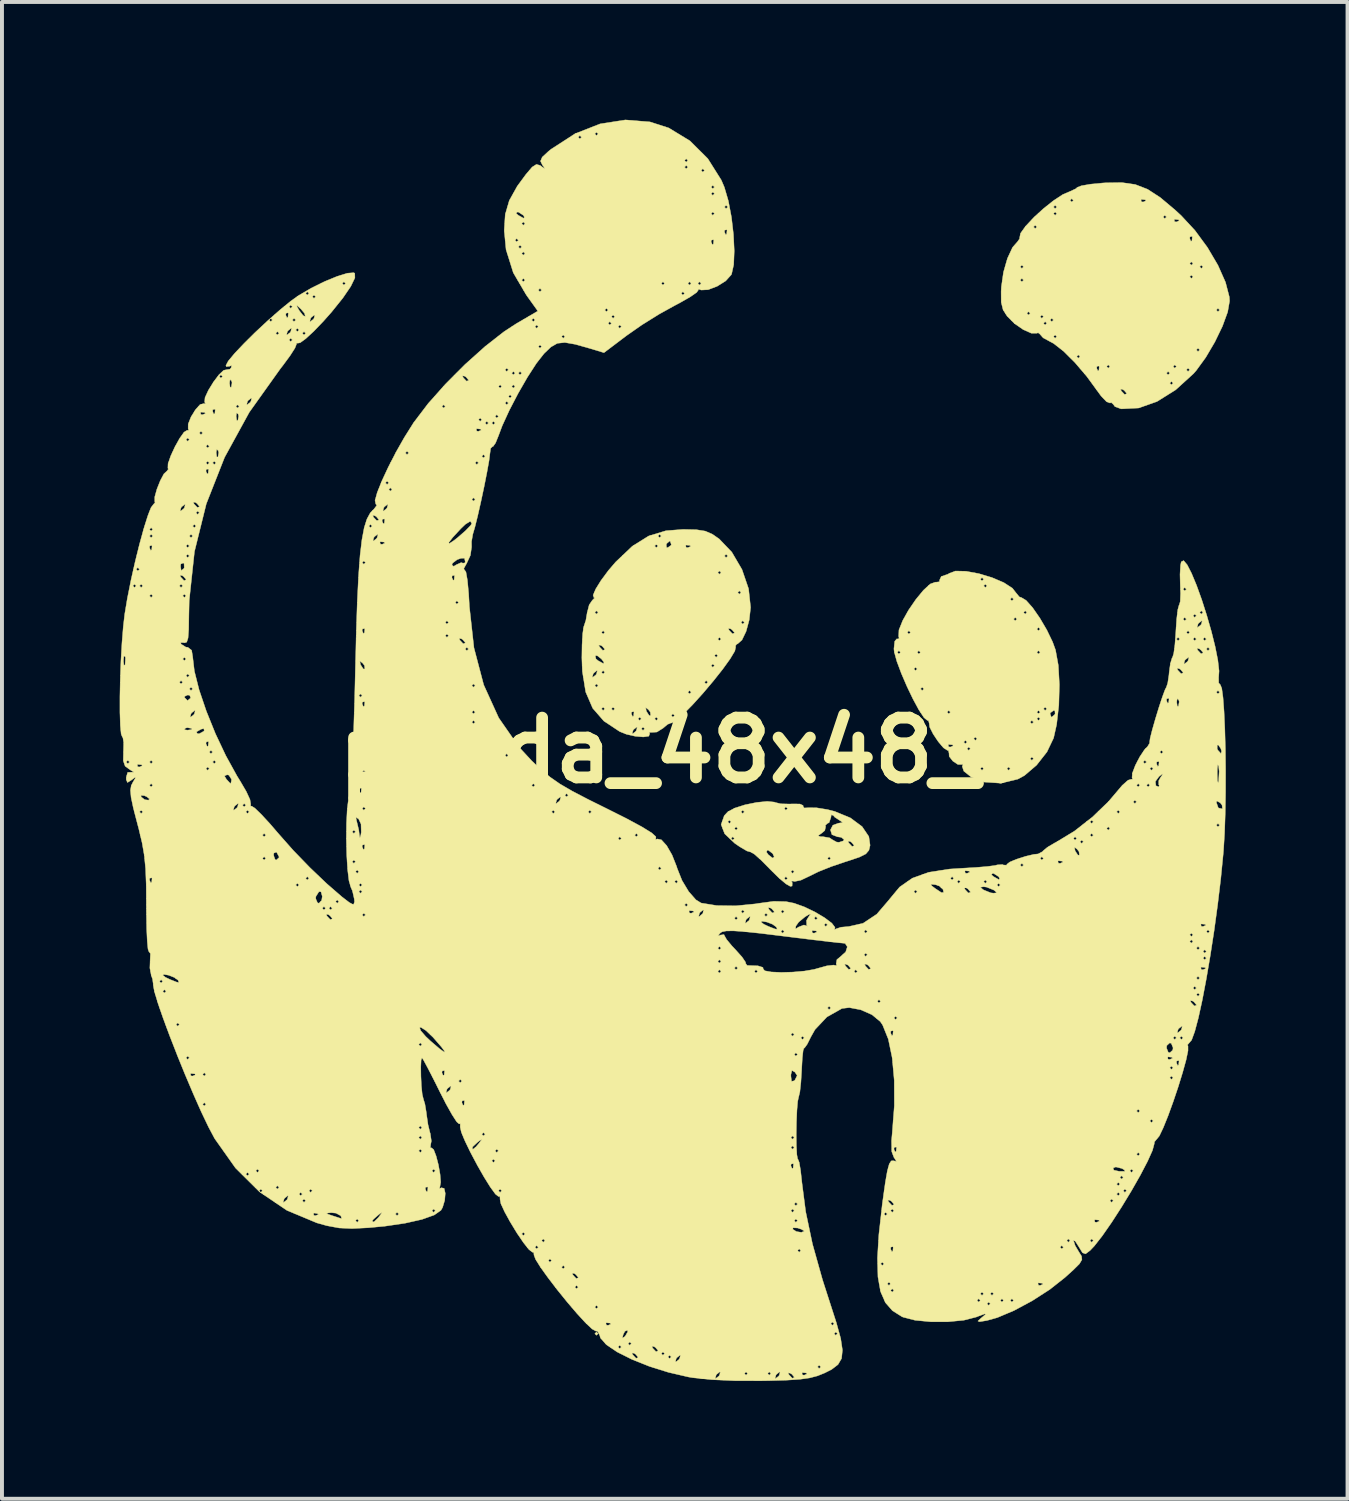
<source format=kicad_pcb>
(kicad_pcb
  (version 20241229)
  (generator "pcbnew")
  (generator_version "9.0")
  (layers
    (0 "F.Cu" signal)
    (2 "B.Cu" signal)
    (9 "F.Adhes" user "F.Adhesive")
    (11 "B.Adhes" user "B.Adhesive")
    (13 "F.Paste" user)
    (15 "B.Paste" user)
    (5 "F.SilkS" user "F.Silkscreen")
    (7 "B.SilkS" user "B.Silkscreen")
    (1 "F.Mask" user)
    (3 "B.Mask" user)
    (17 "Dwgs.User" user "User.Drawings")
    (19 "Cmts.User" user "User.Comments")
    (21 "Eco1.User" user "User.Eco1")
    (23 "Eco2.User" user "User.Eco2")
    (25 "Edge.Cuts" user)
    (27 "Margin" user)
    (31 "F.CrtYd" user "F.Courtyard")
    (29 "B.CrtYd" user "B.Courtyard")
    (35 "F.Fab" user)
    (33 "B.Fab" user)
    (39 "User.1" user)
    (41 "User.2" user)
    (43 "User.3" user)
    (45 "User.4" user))
  (footprint "panda_48x48_l"
    (layer "F.Cu")
    (at 14.135 16.066)
    (property "Reference" "panda_48x48_l" (at 0 0 0) (layer "F.SilkS") (effects (font (size 1.524 1.524) (thickness 0.3))))
    (attr through_hole)
    (fp_poly (pts (xy -1.947 14.859) (xy -1.99 14.901) (xy -2.032 14.859) (xy -1.99 14.817) (xy -1.947 14.859)) (stroke (width 0.01) (type solid)) (fill yes) (layer "F.SilkS"))
    (fp_poly (pts (xy 2.545 1.318) (xy 2.564 1.327) (xy 2.707 1.361) (xy 2.937 1.367) (xy 2.992 1.364) (xy 3.193 1.366) (xy 3.275 1.403) (xy 3.272 1.42) (xy 3.301 1.467) (xy 3.424 1.461) (xy 3.617 1.463) (xy 3.895 1.508) (xy 4.08 1.555) (xy 4.478 1.719) (xy 4.776 1.94) (xy 4.949 2.195) (xy 4.981 2.418) (xy 4.951 2.545) (xy 4.873 2.637) (xy 4.71 2.719) (xy 4.428 2.814) (xy 4.344 2.84) (xy 3.994 2.959) (xy 3.663 3.091) (xy 3.428 3.207) (xy 3.217 3.307) (xy 3.059 3.34) (xy 3.028 3.332) (xy 2.977 3.329) (xy 2.998 3.374) (xy 2.994 3.456) (xy 2.947 3.464) (xy 2.838 3.402) (xy 2.67 3.26) (xy 2.794 3.26) (xy 2.836 3.302) (xy 2.879 3.26) (xy 2.836 3.217) (xy 2.794 3.26) (xy 2.67 3.26) (xy 2.654 3.246) (xy 2.496 3.09) (xy 2.963 3.09) (xy 3.006 3.133) (xy 3.048 3.09) (xy 3.006 3.048) (xy 2.963 3.09) (xy 2.496 3.09) (xy 2.434 3.029) (xy 2.413 3.007) (xy 2.201 2.793) (xy 2.154 2.752) (xy 3.895 2.752) (xy 3.937 2.794) (xy 3.979 2.752) (xy 3.937 2.709) (xy 3.895 2.752) (xy 2.154 2.752) (xy 2.033 2.644) (xy 1.941 2.589) (xy 1.937 2.59) (xy 1.933 2.589) (xy 2.34 2.589) (xy 2.388 2.658) (xy 2.5 2.744) (xy 2.538 2.714) (xy 2.501 2.63) (xy 2.391 2.545) (xy 2.362 2.54) (xy 2.34 2.589) (xy 1.933 2.589) (xy 1.844 2.563) (xy 1.665 2.458) (xy 1.535 2.369) (xy 1.402 2.244) (xy 1.439 2.244) (xy 1.482 2.286) (xy 1.524 2.244) (xy 1.482 2.201) (xy 1.439 2.244) (xy 1.402 2.244) (xy 1.33 2.175) (xy 3.653 2.175) (xy 3.711 2.197) (xy 3.784 2.199) (xy 3.951 2.229) (xy 4.013 2.272) (xy 4.126 2.335) (xy 4.187 2.342) (xy 4.287 2.31) (xy 4.416 2.31) (xy 4.437 2.358) (xy 4.522 2.448) (xy 4.571 2.43) (xy 4.572 2.418) (xy 4.512 2.346) (xy 4.474 2.32) (xy 4.416 2.31) (xy 4.287 2.31) (xy 4.302 2.305) (xy 4.318 2.272) (xy 4.247 2.215) (xy 4.149 2.201) (xy 4.009 2.147) (xy 3.971 2.026) (xy 4.032 1.907) (xy 4.17 1.856) (xy 4.282 1.838) (xy 4.233 1.801) (xy 4.081 1.702) (xy 4.044 1.659) (xy 3.993 1.639) (xy 3.981 1.714) (xy 3.937 1.84) (xy 3.89 1.863) (xy 3.838 1.914) (xy 3.849 1.942) (xy 3.827 2.042) (xy 3.748 2.109) (xy 3.653 2.175) (xy 1.33 2.175) (xy 1.276 2.124) (xy 1.224 1.99) (xy 1.524 1.99) (xy 1.566 2.032) (xy 1.609 1.99) (xy 1.566 1.947) (xy 1.524 1.99) (xy 1.224 1.99) (xy 1.186 1.889) (xy 1.21 1.82) (xy 1.355 1.82) (xy 1.397 1.863) (xy 1.439 1.82) (xy 1.397 1.778) (xy 1.355 1.82) (xy 1.21 1.82) (xy 1.265 1.664) (xy 1.354 1.567) (xy 1.355 1.566) (xy 1.693 1.566) (xy 1.736 1.609) (xy 1.778 1.566) (xy 1.736 1.524) (xy 1.693 1.566) (xy 1.355 1.566) (xy 1.509 1.482) (xy 2.794 1.482) (xy 2.836 1.524) (xy 2.879 1.482) (xy 2.836 1.439) (xy 2.794 1.482) (xy 1.509 1.482) (xy 1.527 1.472) (xy 1.793 1.387) (xy 2.091 1.326) (xy 2.361 1.299) (xy 2.545 1.318)) (stroke (width 0.01) (type solid)) (fill yes) (layer "F.SilkS"))
    (fp_poly (pts (xy 7.425 -4.563) (xy 7.751 -4.503) (xy 8.087 -4.402) (xy 8.387 -4.274) (xy 8.606 -4.132) (xy 8.689 -4.025) (xy 8.783 -3.91) (xy 8.836 -3.893) (xy 8.956 -3.821) (xy 9.122 -3.634) (xy 9.306 -3.369) (xy 9.484 -3.066) (xy 9.63 -2.763) (xy 9.705 -2.557) (xy 9.776 -2.166) (xy 9.803 -1.676) (xy 9.789 -1.152) (xy 9.733 -0.659) (xy 9.656 -0.315) (xy 9.487 0.039) (xy 9.222 0.377) (xy 8.913 0.641) (xy 8.746 0.732) (xy 8.316 0.836) (xy 7.884 0.807) (xy 7.552 0.676) (xy 7.369 0.53) (xy 7.347 0.466) (xy 7.789 0.466) (xy 7.832 0.508) (xy 7.874 0.466) (xy 8.467 0.466) (xy 8.509 0.508) (xy 8.551 0.466) (xy 8.509 0.423) (xy 8.467 0.466) (xy 7.874 0.466) (xy 7.832 0.423) (xy 7.789 0.466) (xy 7.347 0.466) (xy 7.328 0.411) (xy 7.333 0.401) (xy 7.35 0.342) (xy 7.323 0.36) (xy 7.219 0.36) (xy 7.089 0.273) (xy 7.041 0.212) (xy 9.059 0.212) (xy 9.102 0.254) (xy 9.144 0.212) (xy 9.102 0.169) (xy 9.059 0.212) (xy 7.041 0.212) (xy 6.996 0.154) (xy 6.992 0.073) (xy 6.976 0.004) (xy 6.951 0) (xy 6.886 -0.042) (xy 7.451 -0.042) (xy 7.493 0) (xy 7.535 -0.042) (xy 7.493 -0.085) (xy 7.451 -0.042) (xy 6.886 -0.042) (xy 6.851 -0.065) (xy 6.786 -0.141) (xy 6.971 -0.141) (xy 6.983 -0.091) (xy 7.027 -0.085) (xy 7.097 -0.116) (xy 7.084 -0.141) (xy 6.983 -0.151) (xy 6.971 -0.141) (xy 6.786 -0.141) (xy 6.727 -0.212) (xy 7.366 -0.212) (xy 7.408 -0.169) (xy 7.451 -0.212) (xy 7.408 -0.254) (xy 7.366 -0.212) (xy 6.727 -0.212) (xy 6.718 -0.222) (xy 6.668 -0.296) (xy 7.62 -0.296) (xy 7.662 -0.254) (xy 7.705 -0.296) (xy 7.662 -0.339) (xy 7.62 -0.296) (xy 6.668 -0.296) (xy 6.588 -0.416) (xy 6.499 -0.592) (xy 6.486 -0.691) (xy 6.478 -0.72) (xy 9.059 -0.72) (xy 9.102 -0.677) (xy 9.144 -0.72) (xy 9.102 -0.762) (xy 9.059 -0.72) (xy 6.478 -0.72) (xy 6.467 -0.758) (xy 6.441 -0.762) (xy 6.39 -0.804) (xy 9.229 -0.804) (xy 9.271 -0.762) (xy 9.313 -0.804) (xy 9.271 -0.847) (xy 9.229 -0.804) (xy 6.39 -0.804) (xy 6.353 -0.835) (xy 6.262 -0.974) (xy 6.943 -0.974) (xy 6.985 -0.931) (xy 7.027 -0.974) (xy 9.229 -0.974) (xy 9.271 -0.931) (xy 9.567 -0.931) (xy 9.596 -0.849) (xy 9.605 -0.847) (xy 9.677 -0.906) (xy 9.694 -0.931) (xy 9.688 -1.009) (xy 9.657 -1.016) (xy 9.571 -0.955) (xy 9.567 -0.931) (xy 9.271 -0.931) (xy 9.313 -0.974) (xy 9.271 -1.016) (xy 9.229 -0.974) (xy 7.027 -0.974) (xy 6.985 -1.016) (xy 6.943 -0.974) (xy 6.262 -0.974) (xy 6.225 -1.03) (xy 6.209 -1.058) (xy 9.398 -1.058) (xy 9.44 -1.016) (xy 9.483 -1.058) (xy 9.44 -1.101) (xy 9.398 -1.058) (xy 6.209 -1.058) (xy 6.074 -1.308) (xy 5.95 -1.566) (xy 6.265 -1.566) (xy 6.308 -1.524) (xy 6.35 -1.566) (xy 6.308 -1.609) (xy 6.265 -1.566) (xy 5.95 -1.566) (xy 5.918 -1.633) (xy 5.775 -1.965) (xy 5.735 -2.074) (xy 6.096 -2.074) (xy 6.138 -2.032) (xy 6.181 -2.074) (xy 6.138 -2.117) (xy 6.096 -2.074) (xy 5.735 -2.074) (xy 5.662 -2.268) (xy 5.599 -2.498) (xy 5.673 -2.498) (xy 5.715 -2.455) (xy 5.757 -2.498) (xy 6.181 -2.498) (xy 6.223 -2.455) (xy 6.265 -2.498) (xy 9.229 -2.498) (xy 9.271 -2.455) (xy 9.313 -2.498) (xy 9.271 -2.54) (xy 9.229 -2.498) (xy 6.265 -2.498) (xy 6.223 -2.54) (xy 6.181 -2.498) (xy 5.757 -2.498) (xy 5.715 -2.54) (xy 5.673 -2.498) (xy 5.599 -2.498) (xy 5.597 -2.504) (xy 5.588 -2.586) (xy 5.608 -2.778) (xy 5.66 -2.842) (xy 5.672 -2.837) (xy 5.721 -2.85) (xy 5.708 -2.909) (xy 5.713 -3.006) (xy 5.927 -3.006) (xy 5.969 -2.963) (xy 6.011 -3.006) (xy 5.969 -3.048) (xy 5.927 -3.006) (xy 5.713 -3.006) (xy 5.716 -3.069) (xy 5.725 -3.09) (xy 9.229 -3.09) (xy 9.271 -3.048) (xy 9.313 -3.09) (xy 9.271 -3.133) (xy 9.229 -3.09) (xy 5.725 -3.09) (xy 5.81 -3.304) (xy 5.832 -3.344) (xy 8.636 -3.344) (xy 8.678 -3.302) (xy 8.721 -3.344) (xy 8.678 -3.387) (xy 8.636 -3.344) (xy 5.832 -3.344) (xy 5.927 -3.514) (xy 8.89 -3.514) (xy 8.932 -3.471) (xy 8.975 -3.514) (xy 8.932 -3.556) (xy 8.89 -3.514) (xy 5.927 -3.514) (xy 5.962 -3.576) (xy 6.148 -3.847) (xy 6.152 -3.852) (xy 8.551 -3.852) (xy 8.594 -3.81) (xy 8.636 -3.852) (xy 8.594 -3.895) (xy 8.551 -3.852) (xy 6.152 -3.852) (xy 6.341 -4.081) (xy 6.461 -4.191) (xy 7.874 -4.191) (xy 7.916 -4.149) (xy 7.959 -4.191) (xy 7.916 -4.233) (xy 7.874 -4.191) (xy 6.461 -4.191) (xy 6.516 -4.24) (xy 6.646 -4.287) (xy 6.655 -4.284) (xy 6.746 -4.295) (xy 6.751 -4.338) (xy 6.761 -4.36) (xy 7.789 -4.36) (xy 7.832 -4.318) (xy 7.874 -4.36) (xy 7.832 -4.403) (xy 7.789 -4.36) (xy 6.761 -4.36) (xy 6.795 -4.433) (xy 6.83 -4.441) (xy 6.975 -4.494) (xy 6.992 -4.508) (xy 7.157 -4.569) (xy 7.425 -4.563)) (stroke (width 0.01) (type solid)) (fill yes) (layer "F.SilkS"))
    (fp_poly (pts (xy 11.736 -14.416) (xy 12.049 -14.295) (xy 12.374 -14.084) (xy 12.751 -13.767) (xy 12.908 -13.622) (xy 13.256 -13.247) (xy 13.575 -12.813) (xy 13.842 -12.36) (xy 14.035 -11.926) (xy 14.132 -11.553) (xy 14.139 -11.448) (xy 14.09 -11.168) (xy 13.957 -10.804) (xy 13.763 -10.403) (xy 13.533 -10.012) (xy 13.29 -9.678) (xy 13.219 -9.597) (xy 12.765 -9.184) (xy 12.29 -8.887) (xy 11.823 -8.722) (xy 11.389 -8.7) (xy 11.367 -8.703) (xy 11.218 -8.758) (xy 11.176 -8.816) (xy 11.124 -8.862) (xy 11.093 -8.849) (xy 11.004 -8.883) (xy 10.866 -9.027) (xy 10.776 -9.15) (xy 10.736 -9.204) (xy 11.359 -9.204) (xy 11.38 -9.157) (xy 11.465 -9.066) (xy 11.514 -9.085) (xy 11.515 -9.097) (xy 11.455 -9.168) (xy 11.417 -9.194) (xy 11.359 -9.204) (xy 10.736 -9.204) (xy 10.626 -9.356) (xy 12.615 -9.356) (xy 12.658 -9.313) (xy 12.7 -9.356) (xy 12.658 -9.398) (xy 12.615 -9.356) (xy 10.626 -9.356) (xy 10.5 -9.527) (xy 10.43 -9.61) (xy 12.531 -9.61) (xy 12.573 -9.567) (xy 12.615 -9.61) (xy 12.573 -9.652) (xy 12.531 -9.61) (xy 10.43 -9.61) (xy 10.321 -9.737) (xy 10.753 -9.737) (xy 10.784 -9.667) (xy 10.809 -9.68) (xy 10.811 -9.694) (xy 13.039 -9.694) (xy 13.081 -9.652) (xy 13.123 -9.694) (xy 13.081 -9.737) (xy 13.039 -9.694) (xy 10.811 -9.694) (xy 10.819 -9.779) (xy 11.007 -9.779) (xy 11.049 -9.737) (xy 11.091 -9.779) (xy 12.7 -9.779) (xy 12.742 -9.737) (xy 12.785 -9.779) (xy 12.742 -9.821) (xy 12.7 -9.779) (xy 11.091 -9.779) (xy 11.049 -9.821) (xy 11.007 -9.779) (xy 10.819 -9.779) (xy 10.819 -9.781) (xy 10.809 -9.793) (xy 10.759 -9.781) (xy 10.753 -9.737) (xy 10.321 -9.737) (xy 10.2 -9.879) (xy 10.045 -10.033) (xy 10.245 -10.033) (xy 10.287 -9.991) (xy 10.329 -10.033) (xy 10.287 -10.075) (xy 10.245 -10.033) (xy 10.045 -10.033) (xy 9.908 -10.17) (xy 9.866 -10.202) (xy 13.293 -10.202) (xy 13.335 -10.16) (xy 13.377 -10.202) (xy 13.335 -10.245) (xy 13.293 -10.202) (xy 9.866 -10.202) (xy 9.656 -10.366) (xy 9.564 -10.415) (xy 9.391 -10.509) (xy 9.362 -10.541) (xy 9.652 -10.541) (xy 9.694 -10.499) (xy 9.737 -10.541) (xy 9.694 -10.583) (xy 9.652 -10.541) (xy 9.362 -10.541) (xy 9.314 -10.595) (xy 9.313 -10.599) (xy 9.261 -10.64) (xy 9.231 -10.627) (xy 9.09 -10.627) (xy 8.882 -10.719) (xy 8.658 -10.875) (xy 8.653 -10.88) (xy 9.398 -10.88) (xy 9.44 -10.837) (xy 9.483 -10.88) (xy 9.44 -10.922) (xy 9.398 -10.88) (xy 8.653 -10.88) (xy 8.569 -10.964) (xy 9.567 -10.964) (xy 9.61 -10.922) (xy 9.652 -10.964) (xy 9.61 -11.007) (xy 9.567 -10.964) (xy 8.569 -10.964) (xy 8.485 -11.049) (xy 9.313 -11.049) (xy 9.356 -11.007) (xy 9.398 -11.049) (xy 9.356 -11.091) (xy 9.313 -11.049) (xy 8.485 -11.049) (xy 8.471 -11.062) (xy 8.426 -11.134) (xy 8.975 -11.134) (xy 9.017 -11.091) (xy 9.059 -11.134) (xy 9.017 -11.176) (xy 8.975 -11.134) (xy 8.426 -11.134) (xy 8.373 -11.218) (xy 13.801 -11.218) (xy 13.843 -11.176) (xy 13.885 -11.218) (xy 13.843 -11.261) (xy 13.801 -11.218) (xy 8.373 -11.218) (xy 8.368 -11.227) (xy 8.321 -11.416) (xy 8.319 -11.691) (xy 8.325 -11.808) (xy 8.35 -11.98) (xy 8.805 -11.98) (xy 8.848 -11.938) (xy 8.89 -11.98) (xy 8.848 -12.023) (xy 8.805 -11.98) (xy 8.35 -11.98) (xy 8.362 -12.065) (xy 13.123 -12.065) (xy 13.166 -12.023) (xy 13.208 -12.065) (xy 13.166 -12.107) (xy 13.123 -12.065) (xy 8.362 -12.065) (xy 8.379 -12.183) (xy 8.418 -12.319) (xy 8.805 -12.319) (xy 8.848 -12.277) (xy 8.89 -12.319) (xy 13.377 -12.319) (xy 13.42 -12.277) (xy 13.462 -12.319) (xy 13.42 -12.361) (xy 13.377 -12.319) (xy 8.89 -12.319) (xy 8.848 -12.361) (xy 8.805 -12.319) (xy 8.418 -12.319) (xy 8.442 -12.404) (xy 13.123 -12.404) (xy 13.166 -12.361) (xy 13.208 -12.404) (xy 13.166 -12.446) (xy 13.123 -12.404) (xy 8.442 -12.404) (xy 8.48 -12.534) (xy 8.61 -12.814) (xy 8.74 -12.963) (xy 8.792 -13.039) (xy 13.123 -13.039) (xy 13.154 -12.969) (xy 13.18 -12.982) (xy 13.19 -13.083) (xy 13.18 -13.095) (xy 13.129 -13.083) (xy 13.123 -13.039) (xy 8.792 -13.039) (xy 8.796 -13.044) (xy 8.791 -13.061) (xy 8.813 -13.173) (xy 8.929 -13.335) (xy 9.144 -13.335) (xy 9.186 -13.293) (xy 9.229 -13.335) (xy 9.186 -13.377) (xy 9.144 -13.335) (xy 8.929 -13.335) (xy 8.941 -13.352) (xy 9.097 -13.518) (xy 12.728 -13.518) (xy 12.74 -13.468) (xy 12.785 -13.462) (xy 12.854 -13.493) (xy 12.841 -13.518) (xy 12.741 -13.529) (xy 12.728 -13.518) (xy 9.097 -13.518) (xy 9.145 -13.57) (xy 9.165 -13.589) (xy 12.446 -13.589) (xy 12.488 -13.547) (xy 12.531 -13.589) (xy 12.488 -13.631) (xy 12.446 -13.589) (xy 9.165 -13.589) (xy 9.258 -13.674) (xy 9.652 -13.674) (xy 9.694 -13.631) (xy 9.737 -13.674) (xy 9.694 -13.716) (xy 9.652 -13.674) (xy 9.258 -13.674) (xy 9.392 -13.797) (xy 9.45 -13.843) (xy 9.652 -13.843) (xy 9.694 -13.801) (xy 9.737 -13.843) (xy 9.694 -13.885) (xy 9.652 -13.843) (xy 9.45 -13.843) (xy 9.651 -14.004) (xy 9.664 -14.012) (xy 10.075 -14.012) (xy 10.118 -13.97) (xy 10.16 -14.012) (xy 10.146 -14.026) (xy 11.882 -14.026) (xy 11.893 -13.976) (xy 11.938 -13.97) (xy 12.008 -14.001) (xy 11.994 -14.026) (xy 11.894 -14.037) (xy 11.882 -14.026) (xy 10.146 -14.026) (xy 10.118 -14.055) (xy 10.075 -14.012) (xy 9.664 -14.012) (xy 9.89 -14.161) (xy 10.075 -14.24) (xy 10.225 -14.31) (xy 10.258 -14.343) (xy 10.364 -14.384) (xy 10.593 -14.424) (xy 10.903 -14.454) (xy 10.983 -14.459) (xy 11.394 -14.465) (xy 11.736 -14.416)) (stroke (width 0.01) (type solid)) (fill yes) (layer "F.SilkS"))
    (fp_poly (pts (xy 0.554 -5.622) (xy 0.782 -5.586) (xy 0.965 -5.506) (xy 1.137 -5.386) (xy 1.458 -5.051) (xy 1.717 -4.609) (xy 1.885 -4.118) (xy 1.937 -3.641) (xy 1.901 -3.321) (xy 1.822 -3.03) (xy 1.717 -2.812) (xy 1.604 -2.712) (xy 1.585 -2.709) (xy 1.549 -2.658) (xy 1.558 -2.638) (xy 1.535 -2.531) (xy 1.416 -2.332) (xy 1.226 -2.068) (xy 0.988 -1.768) (xy 0.727 -1.459) (xy 0.466 -1.17) (xy 0.229 -0.927) (xy 0.04 -0.76) (xy -0.078 -0.697) (xy -0.091 -0.699) (xy -0.18 -0.662) (xy -0.292 -0.567) (xy -0.451 -0.467) (xy -0.566 -0.46) (xy -0.644 -0.459) (xy -0.634 -0.422) (xy -0.657 -0.362) (xy -0.795 -0.342) (xy -1 -0.359) (xy -1.224 -0.41) (xy -1.271 -0.429) (xy -1.08 -0.429) (xy -1.068 -0.423) (xy -0.991 -0.483) (xy -0.974 -0.508) (xy -0.962 -0.55) (xy -0.847 -0.55) (xy -0.804 -0.508) (xy -0.762 -0.55) (xy -0.804 -0.593) (xy -0.847 -0.55) (xy -0.962 -0.55) (xy -0.952 -0.587) (xy -0.964 -0.593) (xy -1.041 -0.533) (xy -1.058 -0.508) (xy -1.08 -0.429) (xy -1.271 -0.429) (xy -1.397 -0.479) (xy -1.801 -0.747) (xy -1.851 -0.804) (xy -0.931 -0.804) (xy -0.889 -0.762) (xy -0.847 -0.804) (xy -0.508 -0.804) (xy -0.466 -0.762) (xy -0.423 -0.804) (xy -0.466 -0.847) (xy -0.508 -0.804) (xy -0.847 -0.804) (xy -0.889 -0.847) (xy -0.931 -0.804) (xy -1.851 -0.804) (xy -1.961 -0.931) (xy -1.101 -0.931) (xy -1.07 -0.862) (xy -1.044 -0.875) (xy -1.034 -0.975) (xy -1.044 -0.988) (xy -1.095 -0.976) (xy -1.101 -0.931) (xy -1.961 -0.931) (xy -2.072 -1.058) (xy -1.863 -1.058) (xy -1.82 -1.016) (xy -1.778 -1.058) (xy -1.609 -1.058) (xy -1.566 -1.016) (xy -1.524 -1.058) (xy -1.558 -1.092) (xy -0.738 -1.092) (xy -0.72 -1.007) (xy -0.714 -0.991) (xy -0.647 -0.888) (xy -0.609 -0.887) (xy -0.609 -0.889) (xy -0.085 -0.889) (xy -0.042 -0.847) (xy 0 -0.889) (xy -0.042 -0.931) (xy -0.085 -0.889) (xy -0.609 -0.889) (xy -0.619 -0.976) (xy -0.667 -1.039) (xy -0.738 -1.092) (xy -1.558 -1.092) (xy -1.566 -1.101) (xy -1.609 -1.058) (xy -1.778 -1.058) (xy -1.82 -1.101) (xy -1.863 -1.058) (xy -2.072 -1.058) (xy -2.086 -1.074) (xy -2.262 -1.482) (xy 0.339 -1.482) (xy 0.381 -1.439) (xy 0.423 -1.482) (xy 0.381 -1.524) (xy 0.339 -1.482) (xy -2.262 -1.482) (xy -2.264 -1.487) (xy -2.291 -1.651) (xy -2.032 -1.651) (xy -1.99 -1.609) (xy -1.947 -1.651) (xy -1.99 -1.693) (xy -2.032 -1.651) (xy -2.291 -1.651) (xy -2.304 -1.736) (xy 0.762 -1.736) (xy 0.804 -1.693) (xy 0.847 -1.736) (xy 0.804 -1.778) (xy 0.762 -1.736) (xy -2.304 -1.736) (xy -2.326 -1.868) (xy -2.096 -1.868) (xy -2.084 -1.863) (xy -2.007 -1.922) (xy -1.99 -1.947) (xy -1.978 -1.99) (xy -1.863 -1.99) (xy -1.82 -1.947) (xy -1.778 -1.99) (xy -1.82 -2.032) (xy -1.863 -1.99) (xy -1.978 -1.99) (xy -1.968 -2.026) (xy -1.98 -2.032) (xy -2.057 -1.972) (xy -2.074 -1.947) (xy -2.096 -1.868) (xy -2.326 -1.868) (xy -2.349 -2.012) (xy -2.355 -2.159) (xy 0.931 -2.159) (xy 0.974 -2.117) (xy 1.016 -2.159) (xy 0.974 -2.201) (xy 0.931 -2.159) (xy -2.355 -2.159) (xy -2.362 -2.364) (xy -2.361 -2.41) (xy -2.02 -2.41) (xy -2.004 -2.332) (xy -1.945 -2.283) (xy -1.809 -2.209) (xy -1.8 -2.245) (xy -1.864 -2.33) (xy -1.97 -2.413) (xy 1.016 -2.413) (xy 1.058 -2.371) (xy 1.101 -2.413) (xy 1.058 -2.455) (xy 1.016 -2.413) (xy -1.97 -2.413) (xy -1.972 -2.415) (xy -2.02 -2.41) (xy -2.361 -2.41) (xy -2.357 -2.685) (xy -1.934 -2.685) (xy -1.913 -2.638) (xy -1.828 -2.547) (xy -1.779 -2.566) (xy -1.778 -2.577) (xy -1.838 -2.649) (xy -1.876 -2.675) (xy -1.934 -2.685) (xy -2.357 -2.685) (xy -2.356 -2.701) (xy -2.349 -2.836) (xy 1.101 -2.836) (xy 1.143 -2.794) (xy 1.185 -2.836) (xy 1.143 -2.879) (xy 1.101 -2.836) (xy -2.349 -2.836) (xy -2.341 -2.976) (xy -2.336 -3.006) (xy -1.863 -3.006) (xy -1.82 -2.963) (xy -1.778 -3.006) (xy -1.82 -3.048) (xy -1.863 -3.006) (xy -2.336 -3.006) (xy -2.322 -3.108) (xy 1.368 -3.108) (xy 1.389 -3.061) (xy 1.474 -2.97) (xy 1.523 -2.989) (xy 1.524 -3.001) (xy 1.464 -3.072) (xy 1.426 -3.098) (xy 1.368 -3.108) (xy -2.322 -3.108) (xy -2.317 -3.141) (xy -2.309 -3.164) (xy -2.277 -3.26) (xy 1.693 -3.26) (xy 1.736 -3.217) (xy 1.778 -3.26) (xy 1.736 -3.302) (xy 1.693 -3.26) (xy -2.277 -3.26) (xy -2.261 -3.307) (xy -2.227 -3.506) (xy -2.225 -3.514) (xy -2.032 -3.514) (xy -1.99 -3.471) (xy -1.947 -3.514) (xy -1.99 -3.556) (xy -2.032 -3.514) (xy -2.225 -3.514) (xy -2.175 -3.708) (xy -2.094 -3.826) (xy -2.037 -3.884) (xy -2.055 -3.893) (xy -2.076 -3.954) (xy -2.047 -4.022) (xy 1.609 -4.022) (xy 1.651 -3.979) (xy 1.693 -4.022) (xy 1.651 -4.064) (xy 1.609 -4.022) (xy -2.047 -4.022) (xy -2.009 -4.111) (xy -1.873 -4.33) (xy -1.725 -4.53) (xy 1.101 -4.53) (xy 1.143 -4.487) (xy 1.185 -4.53) (xy 1.143 -4.572) (xy 1.101 -4.53) (xy -1.725 -4.53) (xy -1.688 -4.58) (xy -1.501 -4.799) (xy -1.338 -4.953) (xy 1.27 -4.953) (xy 1.312 -4.911) (xy 1.355 -4.953) (xy 1.312 -4.995) (xy 1.27 -4.953) (xy -1.338 -4.953) (xy -1.077 -5.201) (xy -1.067 -5.207) (xy -0.508 -5.207) (xy -0.466 -5.165) (xy -0.423 -5.207) (xy -0.466 -5.249) (xy -0.212 -5.249) (xy -0.205 -5.171) (xy -0.174 -5.165) (xy -0.095 -5.221) (xy 0.282 -5.221) (xy 0.294 -5.171) (xy 0.339 -5.165) (xy 0.408 -5.196) (xy 0.395 -5.221) (xy 0.295 -5.231) (xy 0.282 -5.221) (xy -0.095 -5.221) (xy -0.088 -5.226) (xy -0.085 -5.249) (xy -0.114 -5.332) (xy -0.122 -5.334) (xy -0.194 -5.275) (xy -0.212 -5.249) (xy -0.466 -5.249) (xy -0.508 -5.207) (xy -1.067 -5.207) (xy -0.663 -5.46) (xy -0.66 -5.461) (xy -0.423 -5.461) (xy -0.381 -5.419) (xy -0.339 -5.461) (xy -0.381 -5.503) (xy -0.423 -5.461) (xy -0.66 -5.461) (xy -0.219 -5.596) (xy 0.218 -5.63) (xy 0.554 -5.622)) (stroke (width 0.01) (type solid)) (fill yes) (layer "F.SilkS"))
    (fp_poly (pts (xy -0.627 -16.011) (xy -0.149 -15.857) (xy 0.39 -15.529) (xy 0.847 -15.074) (xy 1.19 -14.529) (xy 1.268 -14.347) (xy 1.37 -13.999) (xy 1.449 -13.583) (xy 1.5 -13.143) (xy 1.52 -12.725) (xy 1.506 -12.373) (xy 1.453 -12.135) (xy 1.443 -12.115) (xy 1.302 -11.959) (xy 1.085 -11.823) (xy 0.856 -11.736) (xy 0.677 -11.727) (xy 0.652 -11.737) (xy 0.593 -11.756) (xy 0.608 -11.732) (xy 0.564 -11.668) (xy 0.399 -11.553) (xy 0.142 -11.406) (xy 0.015 -11.339) (xy -0.39 -11.115) (xy -0.83 -10.841) (xy -1.211 -10.575) (xy -1.217 -10.571) (xy -1.799 -10.131) (xy -2.148 -10.237) (xy -2.53 -10.345) (xy -2.795 -10.391) (xy -2.987 -10.37) (xy -3.15 -10.277) (xy -3.326 -10.108) (xy -3.518 -9.863) (xy -3.747 -9.509) (xy -3.986 -9.094) (xy -4.21 -8.664) (xy -4.391 -8.269) (xy -4.484 -8.021) (xy -4.561 -7.83) (xy -4.627 -7.738) (xy -4.642 -7.738) (xy -4.686 -7.693) (xy -4.706 -7.548) (xy -4.727 -7.378) (xy -4.779 -7.089) (xy -4.85 -6.729) (xy -4.932 -6.344) (xy -5.014 -5.981) (xy -5.087 -5.687) (xy -5.14 -5.507) (xy -5.141 -5.503) (xy -5.173 -5.318) (xy -5.171 -5.181) (xy -5.202 -4.968) (xy -5.294 -4.769) (xy -5.368 -4.635) (xy -5.361 -4.598) (xy -5.354 -4.602) (xy -5.315 -4.545) (xy -5.278 -4.336) (xy -5.246 -3.994) (xy -5.227 -3.66) (xy -5.111 -2.613) (xy -4.863 -1.67) (xy -4.48 -0.828) (xy -3.963 -0.084) (xy -3.637 0.268) (xy -3.4 0.492) (xy -3.171 0.681) (xy -2.919 0.856) (xy -2.608 1.037) (xy -2.206 1.247) (xy -1.74 1.478) (xy -1.223 1.737) (xy -0.834 1.947) (xy -0.583 2.102) (xy -0.477 2.198) (xy -0.476 2.218) (xy -0.482 2.273) (xy -0.443 2.256) (xy -0.336 2.278) (xy -0.202 2.425) (xy -0.065 2.663) (xy 0.051 2.955) (xy 0.067 3.007) (xy 0.189 3.313) (xy 0.359 3.596) (xy 0.543 3.806) (xy 0.677 3.889) (xy 1.072 3.953) (xy 1.556 3.96) (xy 2.063 3.91) (xy 2.126 3.899) (xy 2.528 3.845) (xy 2.841 3.853) (xy 3.042 3.893) (xy 3.303 3.986) (xy 3.576 4.117) (xy 3.823 4.264) (xy 4.006 4.402) (xy 4.087 4.509) (xy 4.081 4.538) (xy 4.073 4.571) (xy 4.102 4.551) (xy 4.239 4.505) (xy 4.441 4.487) (xy 4.688 4.431) (xy 13.406 4.431) (xy 13.417 4.481) (xy 13.462 4.487) (xy 13.532 4.456) (xy 13.518 4.431) (xy 13.418 4.421) (xy 13.406 4.431) (xy 4.688 4.431) (xy 4.802 4.405) (xy 5.152 4.172) (xy 5.465 3.806) (xy 5.471 3.797) (xy 5.636 3.598) (xy 6.096 3.598) (xy 6.138 3.641) (xy 6.181 3.598) (xy 6.138 3.556) (xy 6.096 3.598) (xy 5.636 3.598) (xy 5.734 3.481) (xy 5.836 3.41) (xy 6.527 3.41) (xy 6.549 3.449) (xy 6.641 3.519) (xy 6.8 3.624) (xy 6.854 3.617) (xy 6.839 3.542) (xy 6.788 3.496) (xy 7.38 3.496) (xy 7.4 3.543) (xy 7.485 3.634) (xy 7.535 3.615) (xy 7.535 3.603) (xy 7.475 3.532) (xy 7.438 3.506) (xy 7.38 3.496) (xy 6.788 3.496) (xy 6.777 3.485) (xy 7.79 3.485) (xy 7.853 3.542) (xy 7.874 3.556) (xy 8.055 3.629) (xy 8.128 3.638) (xy 8.212 3.627) (xy 8.149 3.57) (xy 8.128 3.556) (xy 7.947 3.483) (xy 7.874 3.474) (xy 7.79 3.485) (xy 6.777 3.485) (xy 6.738 3.45) (xy 6.669 3.429) (xy 8.213 3.429) (xy 8.255 3.471) (xy 8.297 3.429) (xy 8.255 3.387) (xy 8.213 3.429) (xy 6.669 3.429) (xy 6.642 3.421) (xy 6.527 3.41) (xy 5.836 3.41) (xy 5.93 3.344) (xy 7.197 3.344) (xy 7.239 3.387) (xy 7.281 3.344) (xy 7.874 3.344) (xy 7.916 3.387) (xy 7.959 3.344) (xy 7.916 3.302) (xy 7.874 3.344) (xy 7.281 3.344) (xy 7.239 3.302) (xy 7.197 3.344) (xy 5.93 3.344) (xy 6.052 3.26) (xy 7.027 3.26) (xy 7.07 3.302) (xy 7.112 3.26) (xy 7.07 3.217) (xy 7.027 3.26) (xy 6.052 3.26) (xy 6.059 3.255) (xy 6.304 3.167) (xy 8.068 3.167) (xy 8.128 3.217) (xy 8.263 3.293) (xy 8.281 3.265) (xy 8.255 3.217) (xy 8.131 3.137) (xy 8.102 3.134) (xy 8.068 3.167) (xy 6.304 3.167) (xy 6.474 3.106) (xy 6.668 3.076) (xy 7.394 3.076) (xy 7.406 3.127) (xy 7.451 3.133) (xy 7.52 3.102) (xy 7.507 3.076) (xy 7.407 3.066) (xy 7.394 3.076) (xy 6.668 3.076) (xy 7.008 3.023) (xy 7.32 3.003) (xy 7.68 2.982) (xy 7.977 2.957) (xy 8.171 2.931) (xy 8.219 2.917) (xy 8.355 2.908) (xy 8.382 2.921) (xy 8.46 2.924) (xy 8.461 2.921) (xy 8.805 2.921) (xy 8.848 2.963) (xy 8.89 2.921) (xy 8.848 2.879) (xy 8.805 2.921) (xy 8.461 2.921) (xy 8.467 2.901) (xy 8.539 2.845) (xy 8.593 2.822) (xy 9.765 2.822) (xy 9.777 2.873) (xy 9.821 2.879) (xy 9.891 2.848) (xy 9.878 2.822) (xy 9.777 2.812) (xy 9.765 2.822) (xy 8.593 2.822) (xy 8.718 2.771) (xy 8.777 2.752) (xy 9.313 2.752) (xy 9.356 2.794) (xy 9.398 2.752) (xy 9.356 2.709) (xy 9.313 2.752) (xy 8.777 2.752) (xy 8.942 2.699) (xy 9.153 2.649) (xy 9.262 2.638) (xy 9.373 2.579) (xy 9.389 2.559) (xy 9.493 2.472) (xy 9.506 2.464) (xy 10.184 2.464) (xy 10.202 2.549) (xy 10.208 2.565) (xy 10.275 2.668) (xy 10.313 2.669) (xy 10.303 2.58) (xy 10.255 2.517) (xy 10.184 2.464) (xy 9.506 2.464) (xy 9.685 2.357) (xy 9.737 2.33) (xy 9.74 2.328) (xy 10.329 2.328) (xy 10.372 2.371) (xy 10.414 2.328) (xy 10.372 2.286) (xy 10.329 2.328) (xy 9.74 2.328) (xy 9.879 2.244) (xy 10.16 2.244) (xy 10.202 2.286) (xy 10.245 2.244) (xy 10.202 2.201) (xy 10.16 2.244) (xy 9.879 2.244) (xy 10.018 2.159) (xy 10.583 2.159) (xy 10.626 2.201) (xy 10.668 2.159) (xy 10.626 2.117) (xy 10.583 2.159) (xy 10.018 2.159) (xy 10.186 2.057) (xy 10.272 1.99) (xy 11.007 1.99) (xy 11.049 2.032) (xy 11.091 1.99) (xy 11.049 1.947) (xy 11.007 1.99) (xy 10.272 1.99) (xy 10.38 1.905) (xy 13.801 1.905) (xy 13.843 1.947) (xy 13.885 1.905) (xy 13.843 1.863) (xy 13.801 1.905) (xy 10.38 1.905) (xy 10.488 1.82) (xy 10.583 1.82) (xy 10.626 1.863) (xy 10.668 1.82) (xy 10.626 1.778) (xy 10.583 1.82) (xy 10.488 1.82) (xy 10.648 1.696) (xy 10.782 1.566) (xy 11.261 1.566) (xy 11.303 1.609) (xy 11.345 1.566) (xy 11.303 1.524) (xy 11.261 1.566) (xy 10.782 1.566) (xy 11.046 1.312) (xy 11.684 1.312) (xy 11.726 1.355) (xy 11.757 1.324) (xy 13.801 1.324) (xy 13.849 1.458) (xy 13.857 1.468) (xy 13.948 1.488) (xy 13.957 1.48) (xy 13.946 1.393) (xy 13.901 1.336) (xy 13.816 1.289) (xy 13.801 1.324) (xy 11.757 1.324) (xy 11.769 1.312) (xy 11.726 1.27) (xy 11.684 1.312) (xy 11.046 1.312) (xy 11.055 1.303) (xy 11.23 1.097) (xy 11.406 0.889) (xy 11.769 0.889) (xy 11.811 0.931) (xy 11.853 0.889) (xy 12.023 0.889) (xy 12.065 0.931) (xy 12.107 0.889) (xy 12.065 0.847) (xy 12.023 0.889) (xy 11.853 0.889) (xy 11.811 0.847) (xy 11.769 0.889) (xy 11.406 0.889) (xy 11.407 0.889) (xy 11.515 0.793) (xy 12.248 0.793) (xy 12.262 0.901) (xy 12.338 0.931) (xy 12.346 0.889) (xy 12.334 0.876) (xy 12.333 0.774) (xy 12.383 0.685) (xy 12.446 0.596) (xy 12.396 0.623) (xy 12.341 0.666) (xy 12.248 0.793) (xy 11.515 0.793) (xy 11.553 0.76) (xy 11.627 0.737) (xy 11.67 0.733) (xy 11.654 0.697) (xy 11.661 0.593) (xy 13.824 0.593) (xy 13.83 0.776) (xy 13.847 0.826) (xy 13.86 0.783) (xy 13.874 0.536) (xy 13.86 0.402) (xy 13.839 0.362) (xy 13.826 0.468) (xy 13.824 0.593) (xy 11.661 0.593) (xy 11.662 0.58) (xy 11.706 0.466) (xy 12.107 0.466) (xy 12.15 0.508) (xy 12.192 0.466) (xy 12.15 0.423) (xy 12.107 0.466) (xy 11.706 0.466) (xy 11.737 0.383) (xy 11.782 0.296) (xy 11.938 0.296) (xy 11.98 0.339) (xy 12.277 0.339) (xy 12.308 0.408) (xy 12.333 0.395) (xy 12.343 0.295) (xy 12.333 0.282) (xy 12.283 0.294) (xy 12.277 0.339) (xy 11.98 0.339) (xy 12.023 0.296) (xy 11.98 0.254) (xy 11.938 0.296) (xy 11.782 0.296) (xy 11.851 0.164) (xy 11.932 0.042) (xy 12.361 0.042) (xy 12.404 0.085) (xy 12.446 0.042) (xy 12.404 0) (xy 12.361 0.042) (xy 11.932 0.042) (xy 11.973 -0.02) (xy 11.993 -0.04) (xy 13.823 -0.04) (xy 13.84 -0.006) (xy 13.92 0.082) (xy 13.935 0.02) (xy 13.915 -0.046) (xy 13.852 -0.138) (xy 13.824 -0.136) (xy 13.823 -0.04) (xy 11.993 -0.04) (xy 12.047 -0.094) (xy 12.104 -0.188) (xy 12.101 -0.204) (xy 12.115 -0.308) (xy 12.169 -0.523) (xy 12.249 -0.803) (xy 12.34 -1.1) (xy 12.396 -1.27) (xy 12.531 -1.27) (xy 12.562 -1.2) (xy 12.587 -1.214) (xy 12.589 -1.235) (xy 12.791 -1.235) (xy 12.807 -1.125) (xy 12.836 -1.124) (xy 12.856 -1.237) (xy 12.843 -1.286) (xy 12.805 -1.318) (xy 12.791 -1.235) (xy 12.589 -1.235) (xy 12.597 -1.314) (xy 12.587 -1.326) (xy 12.537 -1.315) (xy 12.531 -1.27) (xy 12.396 -1.27) (xy 12.428 -1.365) (xy 12.471 -1.482) (xy 13.801 -1.482) (xy 13.843 -1.439) (xy 13.885 -1.482) (xy 13.843 -1.524) (xy 13.801 -1.482) (xy 12.471 -1.482) (xy 12.497 -1.551) (xy 12.528 -1.609) (xy 12.563 -1.713) (xy 12.594 -1.919) (xy 12.6 -1.988) (xy 12.614 -2.092) (xy 12.798 -2.092) (xy 12.819 -2.045) (xy 12.904 -1.954) (xy 12.953 -1.973) (xy 12.954 -1.985) (xy 12.894 -2.056) (xy 12.856 -2.082) (xy 12.798 -2.092) (xy 12.614 -2.092) (xy 12.63 -2.207) (xy 12.975 -2.207) (xy 12.986 -2.201) (xy 13.064 -2.261) (xy 13.081 -2.286) (xy 13.103 -2.365) (xy 13.091 -2.371) (xy 13.014 -2.311) (xy 12.996 -2.286) (xy 12.975 -2.207) (xy 12.63 -2.207) (xy 12.631 -2.213) (xy 12.673 -2.354) (xy 12.685 -2.369) (xy 12.716 -2.469) (xy 12.734 -2.6) (xy 13.306 -2.6) (xy 13.327 -2.553) (xy 13.412 -2.462) (xy 13.461 -2.481) (xy 13.462 -2.493) (xy 13.402 -2.564) (xy 13.376 -2.582) (xy 13.547 -2.582) (xy 13.589 -2.54) (xy 13.631 -2.582) (xy 13.589 -2.625) (xy 13.547 -2.582) (xy 13.376 -2.582) (xy 13.364 -2.59) (xy 13.306 -2.6) (xy 12.734 -2.6) (xy 12.746 -2.693) (xy 12.757 -2.836) (xy 12.785 -2.836) (xy 12.827 -2.794) (xy 12.869 -2.836) (xy 13.208 -2.836) (xy 13.25 -2.794) (xy 13.293 -2.836) (xy 13.462 -2.836) (xy 13.504 -2.794) (xy 13.547 -2.836) (xy 13.504 -2.879) (xy 13.462 -2.836) (xy 13.293 -2.836) (xy 13.25 -2.879) (xy 13.208 -2.836) (xy 12.869 -2.836) (xy 12.827 -2.879) (xy 12.785 -2.836) (xy 12.757 -2.836) (xy 12.768 -2.996) (xy 12.769 -3.006) (xy 13.039 -3.006) (xy 13.081 -2.963) (xy 13.123 -3.006) (xy 13.081 -3.048) (xy 13.039 -3.006) (xy 12.769 -3.006) (xy 12.771 -3.048) (xy 12.777 -3.138) (xy 13.313 -3.138) (xy 13.325 -3.133) (xy 13.402 -3.192) (xy 13.42 -3.217) (xy 13.441 -3.296) (xy 13.43 -3.302) (xy 13.352 -3.242) (xy 13.335 -3.217) (xy 13.313 -3.138) (xy 12.777 -3.138) (xy 12.791 -3.344) (xy 12.954 -3.344) (xy 12.996 -3.302) (xy 13.039 -3.344) (xy 12.996 -3.387) (xy 12.954 -3.344) (xy 12.791 -3.344) (xy 12.792 -3.355) (xy 12.801 -3.429) (xy 13.208 -3.429) (xy 13.25 -3.387) (xy 13.293 -3.429) (xy 13.25 -3.471) (xy 13.208 -3.429) (xy 12.801 -3.429) (xy 12.811 -3.514) (xy 13.377 -3.514) (xy 13.42 -3.471) (xy 13.462 -3.514) (xy 13.42 -3.556) (xy 13.377 -3.514) (xy 12.811 -3.514) (xy 12.82 -3.587) (xy 12.851 -3.7) (xy 12.856 -3.704) (xy 12.882 -3.793) (xy 12.89 -3.999) (xy 12.886 -4.106) (xy 12.954 -4.106) (xy 12.996 -4.064) (xy 13.039 -4.106) (xy 12.996 -4.149) (xy 12.954 -4.106) (xy 12.886 -4.106) (xy 12.883 -4.194) (xy 12.876 -4.481) (xy 12.889 -4.714) (xy 12.907 -4.803) (xy 12.968 -4.835) (xy 13.059 -4.728) (xy 13.171 -4.509) (xy 13.298 -4.204) (xy 13.43 -3.838) (xy 13.558 -3.438) (xy 13.675 -3.031) (xy 13.772 -2.641) (xy 13.84 -2.297) (xy 13.871 -2.023) (xy 13.86 -1.858) (xy 13.862 -1.717) (xy 13.902 -1.674) (xy 13.94 -1.58) (xy 13.972 -1.343) (xy 13.998 -0.99) (xy 14.018 -0.546) (xy 14.032 -0.038) (xy 14.038 0.509) (xy 14.037 1.067) (xy 14.028 1.612) (xy 14.011 2.115) (xy 13.984 2.552) (xy 13.978 2.625) (xy 13.915 3.264) (xy 13.836 3.925) (xy 13.746 4.587) (xy 13.647 5.228) (xy 13.545 5.827) (xy 13.443 6.363) (xy 13.344 6.815) (xy 13.252 7.161) (xy 13.172 7.38) (xy 13.111 7.451) (xy 13.067 7.503) (xy 13.08 7.533) (xy 13.08 7.651) (xy 13.031 7.887) (xy 12.943 8.205) (xy 12.83 8.572) (xy 12.702 8.952) (xy 12.572 9.31) (xy 12.45 9.612) (xy 12.35 9.822) (xy 12.282 9.906) (xy 12.28 9.906) (xy 12.225 9.974) (xy 12.22 10.021) (xy 12.174 10.192) (xy 12.049 10.47) (xy 11.864 10.824) (xy 11.638 11.221) (xy 11.389 11.631) (xy 11.136 12.023) (xy 10.898 12.365) (xy 10.694 12.626) (xy 10.586 12.74) (xy 10.47 12.827) (xy 10.392 12.799) (xy 10.297 12.644) (xy 10.209 12.506) (xy 10.176 12.488) (xy 10.583 12.488) (xy 10.626 12.531) (xy 10.668 12.488) (xy 10.626 12.446) (xy 10.583 12.488) (xy 10.176 12.488) (xy 10.165 12.482) (xy 10.163 12.491) (xy 10.206 12.618) (xy 10.302 12.78) (xy 10.368 12.886) (xy 10.377 12.975) (xy 10.313 13.082) (xy 10.155 13.239) (xy 9.942 13.431) (xy 9.558 13.734) (xy 9.109 14.023) (xy 8.647 14.271) (xy 8.22 14.451) (xy 7.959 14.524) (xy 7.77 14.555) (xy 7.727 14.539) (xy 7.808 14.463) (xy 7.832 14.444) (xy 7.925 14.365) (xy 7.904 14.354) (xy 7.752 14.41) (xy 7.686 14.436) (xy 7.37 14.517) (xy 6.963 14.557) (xy 6.528 14.557) (xy 6.127 14.518) (xy 5.821 14.439) (xy 5.793 14.427) (xy 5.55 14.274) (xy 5.396 14.097) (xy 7.959 14.097) (xy 8.001 14.139) (xy 8.043 14.097) (xy 8.001 14.055) (xy 7.959 14.097) (xy 5.396 14.097) (xy 5.369 14.067) (xy 5.346 14.012) (xy 7.705 14.012) (xy 7.747 14.055) (xy 7.789 14.012) (xy 8.297 14.012) (xy 8.34 14.055) (xy 8.382 14.012) (xy 8.551 14.012) (xy 8.594 14.055) (xy 8.636 14.012) (xy 8.594 13.97) (xy 8.551 14.012) (xy 8.382 14.012) (xy 8.34 13.97) (xy 8.297 14.012) (xy 7.789 14.012) (xy 7.747 13.97) (xy 7.705 14.012) (xy 5.346 14.012) (xy 5.272 13.843) (xy 7.789 13.843) (xy 7.832 13.885) (xy 7.874 13.843) (xy 8.043 13.843) (xy 8.086 13.885) (xy 8.128 13.843) (xy 8.086 13.801) (xy 8.043 13.843) (xy 7.874 13.843) (xy 7.832 13.801) (xy 7.789 13.843) (xy 5.272 13.843) (xy 5.247 13.786) (xy 5.242 13.758) (xy 5.503 13.758) (xy 5.546 13.801) (xy 5.588 13.758) (xy 5.546 13.716) (xy 5.503 13.758) (xy 5.242 13.758) (xy 5.212 13.589) (xy 5.419 13.589) (xy 5.461 13.631) (xy 5.503 13.589) (xy 5.489 13.575) (xy 9.257 13.575) (xy 9.269 13.625) (xy 9.313 13.631) (xy 9.383 13.6) (xy 9.37 13.575) (xy 9.269 13.565) (xy 9.257 13.575) (xy 5.489 13.575) (xy 5.461 13.547) (xy 5.419 13.589) (xy 5.212 13.589) (xy 5.181 13.414) (xy 5.172 13.081) (xy 5.249 13.081) (xy 5.292 13.123) (xy 5.334 13.081) (xy 5.292 13.039) (xy 5.249 13.081) (xy 5.172 13.081) (xy 5.168 12.934) (xy 5.182 12.7) (xy 5.503 12.7) (xy 5.534 12.77) (xy 5.56 12.756) (xy 5.57 12.658) (xy 9.821 12.658) (xy 9.864 12.7) (xy 9.906 12.658) (xy 9.864 12.615) (xy 9.821 12.658) (xy 5.57 12.658) (xy 5.57 12.656) (xy 5.56 12.644) (xy 5.509 12.655) (xy 5.503 12.7) (xy 5.182 12.7) (xy 5.195 12.488) (xy 9.991 12.488) (xy 10.033 12.531) (xy 10.075 12.488) (xy 10.033 12.446) (xy 9.991 12.488) (xy 5.195 12.488) (xy 5.205 12.328) (xy 5.246 11.966) (xy 10.696 11.966) (xy 10.708 12.017) (xy 10.753 12.023) (xy 10.822 11.992) (xy 10.809 11.966) (xy 10.709 11.956) (xy 10.696 11.966) (xy 5.246 11.966) (xy 5.263 11.811) (xy 5.334 11.811) (xy 5.376 11.853) (xy 5.419 11.811) (xy 5.376 11.769) (xy 5.334 11.811) (xy 5.263 11.811) (xy 5.273 11.726) (xy 5.503 11.726) (xy 5.546 11.769) (xy 5.588 11.726) (xy 5.546 11.684) (xy 5.503 11.726) (xy 5.273 11.726) (xy 5.289 11.579) (xy 5.305 11.459) (xy 5.306 11.454) (xy 5.432 11.454) (xy 5.453 11.502) (xy 5.538 11.592) (xy 5.587 11.574) (xy 5.588 11.562) (xy 5.528 11.49) (xy 5.502 11.472) (xy 11.091 11.472) (xy 11.134 11.515) (xy 11.176 11.472) (xy 11.134 11.43) (xy 11.091 11.472) (xy 5.502 11.472) (xy 5.49 11.464) (xy 5.432 11.454) (xy 5.306 11.454) (xy 5.327 11.303) (xy 11.261 11.303) (xy 11.303 11.345) (xy 11.345 11.303) (xy 11.303 11.261) (xy 11.261 11.303) (xy 5.327 11.303) (xy 5.339 11.218) (xy 11.43 11.218) (xy 11.472 11.261) (xy 11.515 11.218) (xy 11.472 11.176) (xy 11.43 11.218) (xy 5.339 11.218) (xy 5.363 11.049) (xy 11.261 11.049) (xy 11.303 11.091) (xy 11.345 11.049) (xy 11.303 11.007) (xy 11.261 11.049) (xy 5.363 11.049) (xy 5.368 11.013) (xy 5.391 10.88) (xy 11.345 10.88) (xy 11.388 10.922) (xy 11.43 10.88) (xy 11.388 10.837) (xy 11.345 10.88) (xy 5.391 10.88) (xy 5.42 10.714) (xy 5.441 10.638) (xy 11.172 10.638) (xy 11.189 10.694) (xy 11.325 10.724) (xy 11.471 10.725) (xy 11.467 10.71) (xy 11.599 10.71) (xy 11.642 10.753) (xy 11.684 10.71) (xy 11.642 10.668) (xy 11.599 10.71) (xy 11.467 10.71) (xy 11.463 10.691) (xy 11.397 10.651) (xy 11.242 10.612) (xy 11.172 10.638) (xy 5.441 10.638) (xy 5.469 10.536) (xy 5.519 10.458) (xy 5.571 10.454) (xy 5.651 10.471) (xy 5.605 10.393) (xy 5.591 10.376) (xy 5.557 10.287) (xy 11.769 10.287) (xy 11.811 10.329) (xy 11.853 10.287) (xy 11.811 10.245) (xy 11.769 10.287) (xy 5.557 10.287) (xy 5.532 10.22) (xy 5.531 10.16) (xy 5.588 10.16) (xy 5.619 10.23) (xy 5.644 10.216) (xy 5.655 10.116) (xy 5.644 10.104) (xy 5.594 10.115) (xy 5.588 10.16) (xy 5.531 10.16) (xy 5.527 9.944) (xy 5.546 9.734) (xy 5.568 9.44) (xy 12.107 9.44) (xy 12.15 9.483) (xy 12.192 9.44) (xy 12.15 9.398) (xy 12.107 9.44) (xy 5.568 9.44) (xy 5.588 9.186) (xy 11.769 9.186) (xy 11.811 9.229) (xy 11.853 9.186) (xy 11.811 9.144) (xy 11.769 9.186) (xy 5.588 9.186) (xy 5.598 9.053) (xy 5.596 8.409) (xy 5.59 8.34) (xy 12.615 8.34) (xy 12.658 8.382) (xy 12.7 8.34) (xy 12.658 8.297) (xy 12.615 8.34) (xy 5.59 8.34) (xy 5.567 8.086) (xy 12.615 8.086) (xy 12.658 8.128) (xy 12.7 8.086) (xy 12.658 8.043) (xy 12.615 8.086) (xy 5.567 8.086) (xy 5.555 7.959) (xy 12.785 7.959) (xy 12.816 8.028) (xy 12.841 8.015) (xy 12.851 7.915) (xy 12.841 7.902) (xy 12.791 7.914) (xy 12.785 7.959) (xy 5.555 7.959) (xy 5.544 7.833) (xy 5.541 7.818) (xy 12.559 7.818) (xy 12.571 7.868) (xy 12.615 7.874) (xy 12.685 7.843) (xy 12.672 7.818) (xy 12.571 7.807) (xy 12.559 7.818) (xy 5.541 7.818) (xy 5.491 7.578) (xy 12.531 7.578) (xy 12.576 7.69) (xy 12.615 7.705) (xy 12.69 7.636) (xy 12.7 7.578) (xy 12.654 7.465) (xy 12.615 7.451) (xy 12.54 7.519) (xy 12.531 7.578) (xy 5.491 7.578) (xy 5.444 7.352) (xy 5.432 7.324) (xy 12.7 7.324) (xy 12.742 7.366) (xy 12.785 7.324) (xy 12.869 7.324) (xy 12.912 7.366) (xy 12.954 7.324) (xy 12.912 7.281) (xy 12.869 7.324) (xy 12.785 7.324) (xy 12.742 7.281) (xy 12.7 7.324) (xy 5.432 7.324) (xy 5.381 7.197) (xy 5.503 7.197) (xy 5.534 7.266) (xy 5.56 7.253) (xy 5.566 7.191) (xy 12.805 7.191) (xy 12.817 7.197) (xy 12.894 7.137) (xy 12.912 7.112) (xy 12.933 7.033) (xy 12.922 7.027) (xy 12.844 7.087) (xy 12.827 7.112) (xy 12.805 7.191) (xy 5.566 7.191) (xy 5.57 7.153) (xy 5.56 7.14) (xy 5.509 7.152) (xy 5.503 7.197) (xy 5.381 7.197) (xy 5.3 6.996) (xy 5.24 6.908) (xy 5.128 6.816) (xy 5.588 6.816) (xy 5.63 6.858) (xy 5.673 6.816) (xy 5.63 6.773) (xy 5.588 6.816) (xy 5.128 6.816) (xy 5.03 6.735) (xy 4.742 6.608) (xy 4.45 6.553) (xy 4.264 6.575) (xy 3.881 6.791) (xy 3.578 7.112) (xy 3.475 7.294) (xy 3.379 7.486) (xy 3.309 7.583) (xy 3.295 7.586) (xy 3.275 7.646) (xy 3.254 7.836) (xy 3.238 8.116) (xy 3.237 8.148) (xy 3.218 8.456) (xy 3.192 8.699) (xy 3.162 8.826) (xy 3.161 8.827) (xy 3.136 8.944) (xy 3.117 9.172) (xy 3.105 9.466) (xy 3.1 9.782) (xy 3.103 10.075) (xy 3.115 10.299) (xy 3.135 10.409) (xy 3.142 10.414) (xy 3.174 10.491) (xy 3.209 10.694) (xy 3.241 10.979) (xy 3.241 10.986) (xy 3.34 11.752) (xy 3.513 12.575) (xy 3.769 13.488) (xy 3.948 14.043) (xy 4.121 14.579) (xy 4.232 14.982) (xy 4.276 15.278) (xy 4.254 15.492) (xy 4.163 15.647) (xy 4.001 15.771) (xy 3.823 15.861) (xy 3.639 15.935) (xy 3.44 15.987) (xy 3.192 16.022) (xy 2.857 16.044) (xy 2.402 16.057) (xy 2.201 16.06) (xy 1.533 16.058) (xy 0.942 16.031) (xy 0.61 15.996) (xy 1.037 15.996) (xy 1.048 16.002) (xy 1.055 15.996) (xy 2.561 15.996) (xy 2.572 16.002) (xy 2.65 15.942) (xy 2.667 15.917) (xy 2.683 15.857) (xy 2.892 15.857) (xy 2.913 15.904) (xy 2.998 15.995) (xy 3.047 15.976) (xy 3.048 15.965) (xy 2.988 15.893) (xy 2.95 15.867) (xy 2.915 15.861) (xy 3.246 15.861) (xy 3.257 15.911) (xy 3.302 15.917) (xy 3.372 15.886) (xy 3.358 15.861) (xy 3.258 15.851) (xy 3.246 15.861) (xy 2.915 15.861) (xy 2.892 15.857) (xy 2.683 15.857) (xy 2.689 15.838) (xy 2.677 15.833) (xy 2.6 15.892) (xy 2.582 15.917) (xy 2.561 15.996) (xy 1.055 15.996) (xy 1.126 15.942) (xy 1.143 15.917) (xy 1.155 15.875) (xy 1.778 15.875) (xy 1.82 15.917) (xy 1.863 15.875) (xy 2.371 15.875) (xy 2.413 15.917) (xy 2.455 15.875) (xy 2.413 15.833) (xy 2.371 15.875) (xy 1.863 15.875) (xy 1.82 15.833) (xy 1.778 15.875) (xy 1.155 15.875) (xy 1.165 15.838) (xy 1.153 15.833) (xy 1.076 15.892) (xy 1.058 15.917) (xy 1.037 15.996) (xy 0.61 15.996) (xy 0.467 15.982) (xy 0.349 15.962) (xy -0.155 15.845) (xy -0.599 15.706) (xy 3.641 15.706) (xy 3.683 15.748) (xy 3.725 15.706) (xy 3.683 15.663) (xy 3.641 15.706) (xy -0.599 15.706) (xy -0.643 15.692) (xy -0.94 15.573) (xy 0.021 15.573) (xy 0.032 15.579) (xy 0.11 15.519) (xy 0.127 15.494) (xy 0.149 15.415) (xy 0.137 15.409) (xy 0.06 15.469) (xy 0.042 15.494) (xy 0.021 15.573) (xy -0.94 15.573) (xy -1.088 15.514) (xy -1.417 15.349) (xy -1.087 15.349) (xy -1.066 15.396) (xy -0.981 15.487) (xy -0.932 15.468) (xy -0.931 15.457) (xy -0.936 15.452) (xy -0.169 15.452) (xy -0.127 15.494) (xy -0.085 15.452) (xy -0.127 15.409) (xy -0.169 15.452) (xy -0.936 15.452) (xy -0.991 15.385) (xy -1.017 15.367) (xy -0.339 15.367) (xy -0.296 15.409) (xy -0.254 15.367) (xy -0.296 15.325) (xy -0.339 15.367) (xy -1.017 15.367) (xy -1.029 15.359) (xy -1.087 15.349) (xy -1.417 15.349) (xy -1.463 15.326) (xy -1.652 15.198) (xy -1.439 15.198) (xy -1.397 15.24) (xy -1.355 15.198) (xy -1.373 15.18) (xy -0.579 15.18) (xy -0.558 15.227) (xy -0.473 15.318) (xy -0.424 15.299) (xy -0.423 15.287) (xy -0.483 15.216) (xy -0.521 15.19) (xy -0.579 15.18) (xy -1.373 15.18) (xy -1.397 15.155) (xy -1.439 15.198) (xy -1.652 15.198) (xy -1.739 15.139) (xy -1.762 15.113) (xy -1.185 15.113) (xy -1.143 15.155) (xy -1.101 15.113) (xy -1.143 15.071) (xy -1.185 15.113) (xy -1.762 15.113) (xy -1.883 14.975) (xy -1.333 14.975) (xy -1.271 14.935) (xy -1.259 14.924) (xy -1.22 14.859) (xy 4.064 14.859) (xy 4.106 14.901) (xy 4.149 14.859) (xy 4.106 14.817) (xy 4.064 14.859) (xy -1.22 14.859) (xy -1.193 14.813) (xy -1.202 14.772) (xy -1.265 14.798) (xy -1.307 14.877) (xy -1.333 14.975) (xy -1.883 14.975) (xy -1.889 14.968) (xy -1.909 14.897) (xy -1.963 14.798) (xy -2.007 14.793) (xy -2.102 14.74) (xy -2.259 14.591) (xy -1.75 14.591) (xy -1.738 14.641) (xy -1.693 14.647) (xy -1.624 14.616) (xy -1.63 14.605) (xy 3.979 14.605) (xy 4.022 14.647) (xy 4.064 14.605) (xy 4.022 14.563) (xy 3.979 14.605) (xy -1.63 14.605) (xy -1.637 14.591) (xy -1.737 14.581) (xy -1.75 14.591) (xy -2.259 14.591) (xy -2.27 14.581) (xy -2.488 14.344) (xy -2.626 14.182) (xy -2.032 14.182) (xy -1.99 14.224) (xy -1.947 14.182) (xy -1.99 14.139) (xy -2.032 14.182) (xy -2.626 14.182) (xy -2.734 14.056) (xy -2.985 13.746) (xy -3.04 13.674) (xy -2.54 13.674) (xy -2.498 13.716) (xy -2.455 13.674) (xy -2.498 13.631) (xy -2.54 13.674) (xy -3.04 13.674) (xy -3.218 13.442) (xy -3.308 13.317) (xy -2.611 13.317) (xy -2.59 13.364) (xy -2.505 13.455) (xy -2.456 13.436) (xy -2.455 13.425) (xy -2.515 13.353) (xy -2.553 13.327) (xy -2.611 13.317) (xy -3.308 13.317) (xy -3.411 13.173) (xy -3.416 13.166) (xy -2.879 13.166) (xy -2.836 13.208) (xy -2.794 13.166) (xy -2.836 13.123) (xy -2.879 13.166) (xy -3.416 13.166) (xy -3.522 12.996) (xy -3.217 12.996) (xy -3.175 13.039) (xy -3.133 12.996) (xy -3.175 12.954) (xy -3.217 12.996) (xy -3.522 12.996) (xy -3.541 12.966) (xy -3.585 12.849) (xy -3.581 12.838) (xy -3.591 12.788) (xy -3.621 12.785) (xy -3.676 12.742) (xy 3.133 12.742) (xy 3.175 12.785) (xy 3.217 12.742) (xy 3.175 12.7) (xy 3.133 12.742) (xy -3.676 12.742) (xy -3.71 12.716) (xy -3.757 12.658) (xy -3.556 12.658) (xy -3.514 12.7) (xy -3.471 12.658) (xy -3.514 12.615) (xy -3.556 12.658) (xy -3.757 12.658) (xy -3.851 12.539) (xy -3.885 12.488) (xy -3.387 12.488) (xy -3.344 12.531) (xy -3.302 12.488) (xy -3.344 12.446) (xy -3.387 12.488) (xy -3.885 12.488) (xy -4 12.319) (xy -3.895 12.319) (xy -3.852 12.361) (xy -3.81 12.319) (xy -3.852 12.277) (xy -3.895 12.319) (xy -4 12.319) (xy -4.018 12.293) (xy -4.074 12.2) (xy 3.011 12.2) (xy 3.103 12.258) (xy 3.231 12.279) (xy 3.302 12.249) (xy 3.302 12.244) (xy 3.232 12.2) (xy 3.133 12.167) (xy 3.018 12.162) (xy 3.011 12.2) (xy -4.074 12.2) (xy -4.185 12.018) (xy -4.206 11.98) (xy 3.048 11.98) (xy 3.09 12.023) (xy 3.133 11.98) (xy 3.09 11.938) (xy 3.048 11.98) (xy -4.206 11.98) (xy -4.329 11.757) (xy -4.343 11.726) (xy 2.963 11.726) (xy 3.006 11.769) (xy 3.048 11.726) (xy 3.006 11.684) (xy 2.963 11.726) (xy -4.343 11.726) (xy -4.421 11.557) (xy 3.048 11.557) (xy 3.09 11.599) (xy 3.133 11.557) (xy 3.09 11.515) (xy 3.048 11.557) (xy -4.421 11.557) (xy -4.425 11.548) (xy -4.447 11.434) (xy -4.446 11.431) (xy -4.45 11.363) (xy -4.487 11.364) (xy -4.564 11.304) (xy -4.626 11.218) (xy -4.487 11.218) (xy -4.445 11.261) (xy -4.403 11.218) (xy -4.445 11.176) (xy -4.487 11.218) (xy -4.626 11.218) (xy -4.693 11.127) (xy -4.855 10.867) (xy -5.017 10.583) (xy 2.963 10.583) (xy 2.994 10.653) (xy 3.02 10.64) (xy 3.03 10.539) (xy 3.02 10.527) (xy 2.969 10.539) (xy 2.963 10.583) (xy -5.017 10.583) (xy -5.029 10.561) (xy -5.085 10.456) (xy -4.657 10.456) (xy -4.614 10.499) (xy -4.572 10.456) (xy -4.614 10.414) (xy -4.657 10.456) (xy -5.085 10.456) (xy -5.197 10.245) (xy -5.218 10.202) (xy -4.572 10.202) (xy -4.53 10.245) (xy -4.487 10.202) (xy -4.53 10.16) (xy -4.572 10.202) (xy -5.218 10.202) (xy -5.266 10.103) (xy -5.148 10.103) (xy -5.148 10.159) (xy -5.133 10.16) (xy -5.081 10.118) (xy 2.963 10.118) (xy 3.006 10.16) (xy 3.048 10.118) (xy 3.006 10.075) (xy 2.963 10.118) (xy -5.081 10.118) (xy -5.062 10.102) (xy -4.985 10.012) (xy -4.911 9.912) (xy -4.955 9.933) (xy -5.016 9.98) (xy -5.148 10.103) (xy -5.266 10.103) (xy -5.338 9.954) (xy -5.376 9.864) (xy 2.963 9.864) (xy 3.006 9.906) (xy 3.048 9.864) (xy 3.006 9.821) (xy 2.963 9.864) (xy -5.376 9.864) (xy -5.411 9.779) (xy -4.911 9.779) (xy -4.868 9.821) (xy -4.826 9.779) (xy -4.868 9.737) (xy -4.911 9.779) (xy -5.411 9.779) (xy -5.433 9.725) (xy -5.463 9.592) (xy -5.461 9.584) (xy -5.461 9.509) (xy -5.489 9.516) (xy -5.551 9.462) (xy -5.667 9.283) (xy -5.821 9.009) (xy -5.838 8.975) (xy -5.419 8.975) (xy -5.388 9.044) (xy -5.362 9.031) (xy -5.352 8.931) (xy -5.362 8.918) (xy -5.413 8.93) (xy -5.419 8.975) (xy -5.838 8.975) (xy -5.971 8.715) (xy -5.821 8.715) (xy -5.81 8.721) (xy -5.732 8.661) (xy -5.715 8.636) (xy -5.693 8.557) (xy -5.705 8.551) (xy -5.782 8.611) (xy -5.8 8.636) (xy -5.821 8.715) (xy -5.971 8.715) (xy -5.975 8.708) (xy -6.116 8.424) (xy -5.503 8.424) (xy -5.461 8.467) (xy -5.419 8.424) (xy -5.461 8.382) (xy -5.503 8.424) (xy -6.116 8.424) (xy -6.146 8.366) (xy -6.181 8.297) (xy 2.963 8.297) (xy 2.98 8.432) (xy 3.044 8.418) (xy 3.065 8.399) (xy 3.123 8.284) (xy 3.065 8.196) (xy 2.989 8.154) (xy 2.964 8.257) (xy 2.963 8.297) (xy -6.181 8.297) (xy -6.224 8.213) (xy -5.927 8.213) (xy -5.896 8.282) (xy -5.87 8.269) (xy -5.86 8.169) (xy -5.87 8.156) (xy -5.921 8.168) (xy -5.927 8.213) (xy -6.224 8.213) (xy -6.291 8.084) (xy -6.393 7.895) (xy -6.435 7.832) (xy -6.457 7.889) (xy -6.465 8.063) (xy -6.462 8.301) (xy -6.45 8.55) (xy -6.429 8.759) (xy -6.401 8.875) (xy -6.401 8.877) (xy -6.361 9.007) (xy -6.324 9.229) (xy -6.318 9.283) (xy -6.281 9.537) (xy -6.232 9.737) (xy -6.224 9.758) (xy -6.196 9.952) (xy -6.213 10.037) (xy -6.223 10.127) (xy -6.193 10.125) (xy -6.137 10.171) (xy -6.075 10.333) (xy -6.016 10.56) (xy -5.974 10.8) (xy -5.958 11.001) (xy -5.976 11.103) (xy -5.988 11.162) (xy -5.94 11.142) (xy -5.87 11.158) (xy -5.842 11.283) (xy -5.856 11.463) (xy -5.91 11.643) (xy -5.952 11.717) (xy -6.121 11.836) (xy -6.433 11.948) (xy -6.863 12.045) (xy -7.384 12.122) (xy -7.799 12.161) (xy -8.217 12.182) (xy -8.545 12.167) (xy -8.858 12.109) (xy -9.115 12.037) (xy -9.251 11.98) (xy -8.128 11.98) (xy -8.086 12.023) (xy -8.054 11.991) (xy -7.705 11.991) (xy -7.663 12.016) (xy -7.551 11.907) (xy -7.525 11.874) (xy -7.478 11.811) (xy -7.112 11.811) (xy -7.07 11.853) (xy -7.027 11.811) (xy -7.07 11.769) (xy -7.112 11.811) (xy -7.478 11.811) (xy -7.451 11.774) (xy -7.495 11.795) (xy -7.556 11.843) (xy -7.674 11.947) (xy -7.705 11.991) (xy -8.054 11.991) (xy -8.043 11.98) (xy -8.086 11.938) (xy -8.128 11.98) (xy -9.251 11.98) (xy -9.689 11.797) (xy -9.2 11.797) (xy -9.189 11.847) (xy -9.144 11.853) (xy -9.074 11.822) (xy -9.088 11.797) (xy -9.176 11.788) (xy -8.866 11.788) (xy -8.834 11.815) (xy -8.721 11.853) (xy -8.554 11.907) (xy -8.483 11.93) (xy -8.492 11.883) (xy -8.509 11.853) (xy -8.626 11.789) (xy -8.747 11.777) (xy -8.866 11.788) (xy -9.176 11.788) (xy -9.188 11.787) (xy -9.2 11.797) (xy -9.689 11.797) (xy -9.858 11.726) (xy -6.181 11.726) (xy -6.138 11.769) (xy -6.096 11.726) (xy -6.138 11.684) (xy -6.181 11.726) (xy -9.858 11.726) (xy -9.876 11.719) (xy -10.186 11.509) (xy -9.97 11.509) (xy -9.958 11.515) (xy -9.903 11.472) (xy -9.483 11.472) (xy -9.44 11.515) (xy -9.398 11.472) (xy -9.44 11.43) (xy -9.483 11.472) (xy -9.903 11.472) (xy -9.881 11.455) (xy -9.864 11.43) (xy -9.842 11.351) (xy -9.854 11.345) (xy -9.931 11.405) (xy -9.948 11.43) (xy -9.97 11.509) (xy -10.186 11.509) (xy -10.491 11.303) (xy -9.567 11.303) (xy -9.525 11.345) (xy -9.483 11.303) (xy -9.525 11.261) (xy -9.567 11.303) (xy -10.491 11.303) (xy -10.57 11.249) (xy -10.602 11.218) (xy -10.583 11.218) (xy -10.541 11.261) (xy -10.499 11.218) (xy -9.313 11.218) (xy -9.271 11.261) (xy -9.229 11.218) (xy -9.271 11.176) (xy -6.35 11.176) (xy -6.319 11.246) (xy -6.294 11.232) (xy -6.283 11.132) (xy -6.294 11.12) (xy -6.344 11.131) (xy -6.35 11.176) (xy -9.271 11.176) (xy -9.313 11.218) (xy -10.499 11.218) (xy -10.541 11.176) (xy -10.583 11.218) (xy -10.602 11.218) (xy -10.687 11.134) (xy -10.16 11.134) (xy -10.118 11.176) (xy -10.075 11.134) (xy -10.118 11.091) (xy -10.16 11.134) (xy -10.687 11.134) (xy -11.029 10.795) (xy -10.922 10.795) (xy -10.88 10.837) (xy -10.837 10.795) (xy -10.88 10.753) (xy -10.922 10.795) (xy -11.029 10.795) (xy -11.114 10.71) (xy -10.668 10.71) (xy -10.626 10.753) (xy -10.583 10.71) (xy -6.181 10.71) (xy -6.138 10.753) (xy -6.096 10.71) (xy -6.138 10.668) (xy -6.181 10.71) (xy -10.583 10.71) (xy -10.626 10.668) (xy -10.668 10.71) (xy -11.114 10.71) (xy -11.186 10.639) (xy -11.495 10.202) (xy -6.519 10.202) (xy -6.477 10.245) (xy -6.435 10.202) (xy -6.477 10.16) (xy -6.519 10.202) (xy -11.495 10.202) (xy -11.711 9.897) (xy -11.725 9.873) (xy -11.73 9.864) (xy -6.519 9.864) (xy -6.477 9.906) (xy -6.435 9.864) (xy -6.477 9.821) (xy -6.519 9.864) (xy -11.73 9.864) (xy -11.865 9.61) (xy -6.519 9.61) (xy -6.477 9.652) (xy -6.435 9.61) (xy -6.477 9.567) (xy -6.519 9.61) (xy -11.865 9.61) (xy -11.875 9.591) (xy -12.056 9.212) (xy -12.143 9.017) (xy -12.023 9.017) (xy -11.98 9.059) (xy -11.938 9.017) (xy -11.98 8.975) (xy -12.023 9.017) (xy -12.143 9.017) (xy -12.255 8.764) (xy -12.463 8.274) (xy -12.477 8.241) (xy -12.333 8.241) (xy -12.321 8.291) (xy -12.277 8.297) (xy -12.207 8.266) (xy -12.213 8.255) (xy -12.023 8.255) (xy -11.98 8.297) (xy -11.938 8.255) (xy -11.98 8.213) (xy -12.023 8.255) (xy -12.213 8.255) (xy -12.22 8.241) (xy -12.321 8.231) (xy -12.333 8.241) (xy -12.477 8.241) (xy -12.643 7.832) (xy -12.446 7.832) (xy -12.404 7.874) (xy -12.361 7.832) (xy -12.404 7.789) (xy -12.446 7.832) (xy -12.643 7.832) (xy -12.669 7.769) (xy -12.677 7.747) (xy 3.048 7.747) (xy 3.09 7.789) (xy 3.133 7.747) (xy 3.09 7.705) (xy 3.048 7.747) (xy -12.677 7.747) (xy -12.776 7.493) (xy -6.519 7.493) (xy -6.477 7.535) (xy -6.435 7.493) (xy -6.477 7.451) (xy -6.519 7.493) (xy -12.776 7.493) (xy -12.861 7.276) (xy -12.941 7.061) (xy -6.496 7.061) (xy -6.468 7.14) (xy -6.34 7.288) (xy -6.216 7.405) (xy -5.982 7.605) (xy -5.866 7.689) (xy -5.863 7.659) (xy -5.937 7.558) (xy -6.14 7.324) (xy 3.217 7.324) (xy 3.26 7.366) (xy 3.302 7.324) (xy 3.26 7.281) (xy 3.217 7.324) (xy -6.14 7.324) (xy -6.147 7.315) (xy -6.227 7.239) (xy 2.963 7.239) (xy 3.006 7.281) (xy 3.048 7.239) (xy 3.006 7.197) (xy 2.963 7.239) (xy -6.227 7.239) (xy -6.331 7.139) (xy -6.46 7.057) (xy -6.496 7.061) (xy -12.941 7.061) (xy -12.969 6.985) (xy -12.7 6.985) (xy -12.658 7.027) (xy -12.615 6.985) (xy -12.658 6.943) (xy -12.7 6.985) (xy -12.969 6.985) (xy -13.029 6.823) (xy -13.12 6.562) (xy 3.895 6.562) (xy 3.937 6.604) (xy 3.979 6.562) (xy 3.937 6.519) (xy 3.895 6.562) (xy -13.12 6.562) (xy -13.163 6.436) (xy -13.176 6.392) (xy 5.165 6.392) (xy 5.207 6.435) (xy 5.249 6.392) (xy 5.231 6.374) (xy 13.137 6.374) (xy 13.158 6.422) (xy 13.243 6.512) (xy 13.292 6.494) (xy 13.293 6.482) (xy 13.233 6.41) (xy 13.195 6.384) (xy 13.137 6.374) (xy 5.231 6.374) (xy 5.207 6.35) (xy 5.165 6.392) (xy -13.176 6.392) (xy -13.227 6.223) (xy 13.293 6.223) (xy 13.335 6.265) (xy 13.377 6.223) (xy 13.335 6.181) (xy 13.293 6.223) (xy -13.227 6.223) (xy -13.251 6.144) (xy -13.252 6.138) (xy -13.039 6.138) (xy -12.996 6.181) (xy -12.954 6.138) (xy -12.996 6.096) (xy -13.039 6.138) (xy -13.252 6.138) (xy -13.268 6.054) (xy 13.208 6.054) (xy 13.25 6.096) (xy 13.293 6.054) (xy 13.25 6.011) (xy 13.208 6.054) (xy -13.268 6.054) (xy -13.283 5.972) (xy -13.281 5.953) (xy -13.291 5.884) (xy -13.123 5.884) (xy -13.081 5.927) (xy -13.039 5.884) (xy -13.081 5.842) (xy -13.123 5.884) (xy -13.291 5.884) (xy -13.299 5.825) (xy -13.331 5.735) (xy -13.333 5.726) (xy -13.039 5.726) (xy -12.97 5.781) (xy -12.848 5.839) (xy -12.677 5.906) (xy -12.624 5.911) (xy -12.648 5.858) (xy -12.651 5.852) (xy -12.723 5.8) (xy 13.293 5.8) (xy 13.335 5.842) (xy 13.377 5.8) (xy 13.335 5.757) (xy 13.293 5.8) (xy -12.723 5.8) (xy -12.743 5.785) (xy -12.887 5.728) (xy -13.009 5.707) (xy -13.039 5.726) (xy -13.333 5.726) (xy -13.351 5.63) (xy 1.101 5.63) (xy 1.143 5.673) (xy 1.185 5.63) (xy 2.032 5.63) (xy 2.074 5.673) (xy 2.117 5.63) (xy 2.074 5.588) (xy 2.032 5.63) (xy 1.185 5.63) (xy 1.143 5.588) (xy 1.101 5.63) (xy -13.351 5.63) (xy -13.367 5.546) (xy 1.524 5.546) (xy 1.566 5.588) (xy 1.609 5.546) (xy 1.566 5.503) (xy 1.524 5.546) (xy -13.367 5.546) (xy -13.367 5.543) (xy -13.361 5.376) (xy 1.101 5.376) (xy 1.143 5.419) (xy 1.185 5.376) (xy 1.143 5.334) (xy 1.101 5.376) (xy -13.361 5.376) (xy -13.36 5.337) (xy -13.353 5.177) (xy -13.388 5.129) (xy -13.391 5.13) (xy -13.414 5.066) (xy -13.417 5.038) (xy 1.101 5.038) (xy 1.143 5.08) (xy 1.185 5.038) (xy 1.143 4.995) (xy 1.101 5.038) (xy -13.417 5.038) (xy -13.434 4.861) (xy -13.44 4.731) (xy 1.101 4.731) (xy 1.164 4.707) (xy 1.164 4.706) (xy 1.258 4.692) (xy 1.27 4.719) (xy 1.325 4.817) (xy 1.464 4.985) (xy 1.558 5.084) (xy 1.719 5.264) (xy 1.807 5.395) (xy 1.813 5.43) (xy 1.846 5.477) (xy 1.885 5.48) (xy 2.125 5.489) (xy 2.251 5.529) (xy 2.257 5.567) (xy 2.298 5.615) (xy 2.466 5.645) (xy 2.717 5.656) (xy 3.01 5.648) (xy 3.219 5.63) (xy 4.572 5.63) (xy 4.614 5.673) (xy 4.657 5.63) (xy 4.614 5.588) (xy 4.572 5.63) (xy 3.219 5.63) (xy 3.303 5.623) (xy 3.553 5.58) (xy 3.641 5.555) (xy 3.879 5.489) (xy 4.052 5.469) (xy 4.093 5.479) (xy 4.134 5.474) (xy 4.12 5.443) (xy 4.332 5.443) (xy 4.352 5.49) (xy 4.437 5.581) (xy 4.487 5.562) (xy 4.487 5.551) (xy 4.427 5.479) (xy 4.39 5.453) (xy 4.332 5.443) (xy 4.84 5.443) (xy 4.86 5.49) (xy 4.945 5.581) (xy 4.995 5.562) (xy 4.995 5.551) (xy 4.979 5.532) (xy 13.406 5.532) (xy 13.417 5.582) (xy 13.462 5.588) (xy 13.532 5.557) (xy 13.518 5.532) (xy 13.418 5.521) (xy 13.406 5.532) (xy 4.979 5.532) (xy 4.935 5.479) (xy 4.898 5.453) (xy 4.84 5.443) (xy 4.332 5.443) (xy 4.12 5.443) (xy 4.117 5.436) (xy 4.135 5.33) (xy 4.182 5.292) (xy 13.462 5.292) (xy 13.504 5.334) (xy 13.547 5.292) (xy 13.504 5.249) (xy 13.462 5.292) (xy 4.182 5.292) (xy 4.231 5.251) (xy 4.279 5.207) (xy 4.826 5.207) (xy 4.868 5.249) (xy 4.911 5.207) (xy 4.868 5.165) (xy 4.826 5.207) (xy 4.279 5.207) (xy 4.359 5.135) (xy 4.363 5.122) (xy 13.462 5.122) (xy 13.504 5.165) (xy 13.547 5.122) (xy 13.504 5.08) (xy 13.462 5.122) (xy 4.363 5.122) (xy 4.39 5.038) (xy 13.293 5.038) (xy 13.335 5.08) (xy 13.377 5.038) (xy 13.335 4.995) (xy 13.293 5.038) (xy 4.39 5.038) (xy 4.401 5.004) (xy 4.346 4.919) (xy 4.298 4.911) (xy 4.183 4.901) (xy 3.929 4.872) (xy 3.895 4.868) (xy 13.123 4.868) (xy 13.166 4.911) (xy 13.208 4.868) (xy 13.166 4.826) (xy 13.123 4.868) (xy 3.895 4.868) (xy 3.567 4.83) (xy 3.126 4.776) (xy 2.729 4.727) (xy 2.502 4.699) (xy 13.123 4.699) (xy 13.166 4.741) (xy 13.208 4.699) (xy 13.166 4.657) (xy 13.123 4.699) (xy 2.502 4.699) (xy 2.183 4.66) (xy 1.781 4.618) (xy 1.736 4.614) (xy 2.709 4.614) (xy 2.752 4.657) (xy 2.794 4.614) (xy 2.78 4.6) (xy 3.5 4.6) (xy 3.511 4.651) (xy 3.556 4.657) (xy 3.626 4.626) (xy 3.62 4.614) (xy 4.826 4.614) (xy 4.868 4.657) (xy 4.911 4.614) (xy 13.547 4.614) (xy 13.589 4.657) (xy 13.631 4.614) (xy 13.589 4.572) (xy 13.547 4.614) (xy 4.911 4.614) (xy 4.868 4.572) (xy 4.826 4.614) (xy 3.62 4.614) (xy 3.612 4.6) (xy 3.512 4.59) (xy 3.5 4.6) (xy 2.78 4.6) (xy 2.752 4.572) (xy 2.709 4.614) (xy 1.736 4.614) (xy 1.501 4.598) (xy 1.318 4.6) (xy 1.21 4.622) (xy 1.162 4.654) (xy 1.101 4.731) (xy -13.44 4.731) (xy -13.449 4.543) (xy -13.451 4.397) (xy 1.799 4.397) (xy 1.81 4.403) (xy 1.851 4.371) (xy 2.201 4.371) (xy 2.27 4.427) (xy 2.392 4.485) (xy 2.563 4.551) (xy 2.616 4.556) (xy 2.614 4.551) (xy 3.079 4.551) (xy 3.16 4.5) (xy 3.295 4.448) (xy 3.352 4.467) (xy 3.386 4.48) (xy 3.366 4.453) (xy 3.366 4.445) (xy 3.81 4.445) (xy 3.852 4.487) (xy 3.895 4.445) (xy 3.852 4.403) (xy 3.81 4.445) (xy 3.366 4.445) (xy 3.36 4.334) (xy 3.393 4.276) (xy 3.556 4.276) (xy 3.598 4.318) (xy 3.641 4.276) (xy 3.598 4.233) (xy 3.556 4.276) (xy 3.393 4.276) (xy 3.409 4.249) (xy 3.467 4.168) (xy 3.414 4.185) (xy 3.325 4.239) (xy 3.163 4.373) (xy 3.09 4.476) (xy 3.079 4.551) (xy 2.614 4.551) (xy 2.592 4.503) (xy 2.589 4.498) (xy 2.497 4.43) (xy 2.353 4.374) (xy 2.231 4.353) (xy 2.201 4.371) (xy 1.851 4.371) (xy 1.888 4.343) (xy 1.905 4.318) (xy 1.927 4.239) (xy 1.915 4.233) (xy 1.838 4.293) (xy 1.82 4.318) (xy 1.799 4.397) (xy -13.451 4.397) (xy -13.455 4.173) (xy -8.876 4.173) (xy -8.856 4.22) (xy -8.771 4.311) (xy -8.721 4.292) (xy -8.721 4.281) (xy -8.725 4.276) (xy 1.524 4.276) (xy 1.566 4.318) (xy 1.609 4.276) (xy 1.566 4.233) (xy 1.524 4.276) (xy -8.725 4.276) (xy -8.781 4.209) (xy -8.807 4.191) (xy -7.959 4.191) (xy -7.916 4.233) (xy -7.911 4.228) (xy 0.613 4.228) (xy 0.625 4.233) (xy 0.68 4.191) (xy 2.286 4.191) (xy 2.328 4.233) (xy 2.371 4.191) (xy 2.328 4.149) (xy 2.286 4.191) (xy 0.68 4.191) (xy 0.702 4.174) (xy 0.72 4.149) (xy 0.731 4.106) (xy 1.693 4.106) (xy 1.736 4.149) (xy 1.778 4.106) (xy 1.736 4.064) (xy 1.693 4.106) (xy 0.731 4.106) (xy 0.741 4.07) (xy 0.73 4.064) (xy 0.652 4.124) (xy 0.635 4.149) (xy 0.613 4.228) (xy -7.911 4.228) (xy -7.874 4.191) (xy -7.916 4.149) (xy -7.959 4.191) (xy -8.807 4.191) (xy -8.818 4.183) (xy -8.876 4.173) (xy -13.455 4.173) (xy -13.456 4.141) (xy -13.456 4.092) (xy 0.367 4.092) (xy 0.379 4.143) (xy 0.423 4.149) (xy 0.493 4.118) (xy 0.48 4.092) (xy 0.379 4.082) (xy 0.367 4.092) (xy -13.456 4.092) (xy -13.456 4.022) (xy -8.975 4.022) (xy -8.932 4.064) (xy -8.89 4.022) (xy -8.805 4.022) (xy -8.763 4.064) (xy -8.721 4.022) (xy -8.739 4.004) (xy 2.384 4.004) (xy 2.405 4.051) (xy 2.49 4.142) (xy 2.539 4.123) (xy 2.54 4.111) (xy 2.536 4.106) (xy 2.709 4.106) (xy 2.752 4.149) (xy 2.794 4.106) (xy 2.752 4.064) (xy 2.709 4.106) (xy 2.536 4.106) (xy 2.48 4.04) (xy 2.442 4.014) (xy 2.384 4.004) (xy -8.739 4.004) (xy -8.763 3.979) (xy -8.805 4.022) (xy -8.89 4.022) (xy -8.932 3.979) (xy -8.975 4.022) (xy -13.456 4.022) (xy -13.457 3.947) (xy -13.457 3.937) (xy 0.254 3.937) (xy 0.296 3.979) (xy 0.339 3.937) (xy 0.296 3.895) (xy 0.254 3.937) (xy -13.457 3.937) (xy -13.458 3.773) (xy -9.144 3.773) (xy -9.097 3.882) (xy -9.059 3.895) (xy -9.019 3.852) (xy -8.636 3.852) (xy -8.594 3.895) (xy -8.551 3.852) (xy -8.594 3.81) (xy -8.636 3.852) (xy -9.019 3.852) (xy -8.991 3.824) (xy -8.975 3.72) (xy -9.007 3.603) (xy -9.059 3.598) (xy -9.137 3.721) (xy -9.144 3.773) (xy -13.458 3.773) (xy -13.46 3.429) (xy -9.652 3.429) (xy -9.61 3.471) (xy -9.567 3.429) (xy -9.61 3.387) (xy -9.652 3.429) (xy -13.46 3.429) (xy -13.46 3.422) (xy -13.465 3.302) (xy -13.377 3.302) (xy -13.346 3.372) (xy -13.321 3.358) (xy -13.311 3.26) (xy -9.398 3.26) (xy -9.356 3.302) (xy -9.313 3.26) (xy -9.356 3.217) (xy -9.398 3.26) (xy -13.311 3.26) (xy -13.311 3.258) (xy -13.321 3.246) (xy -13.371 3.257) (xy -13.377 3.302) (xy -13.465 3.302) (xy -13.476 3.015) (xy -13.502 2.752) (xy -10.499 2.752) (xy -10.456 2.794) (xy -10.414 2.752) (xy -10.456 2.709) (xy -10.499 2.752) (xy -13.502 2.752) (xy -13.509 2.676) (xy -13.51 2.671) (xy -10.216 2.671) (xy -10.177 2.781) (xy -10.146 2.794) (xy -10.077 2.73) (xy -10.075 2.714) (xy -10.136 2.598) (xy -10.146 2.591) (xy -10.208 2.617) (xy -10.216 2.671) (xy -13.51 2.671) (xy -13.565 2.354) (xy -13.612 2.159) (xy -10.499 2.159) (xy -10.456 2.201) (xy -10.414 2.159) (xy -10.456 2.117) (xy -10.499 2.159) (xy -13.612 2.159) (xy -13.65 1.997) (xy -13.686 1.862) (xy -13.763 1.566) (xy -13.631 1.566) (xy -13.589 1.609) (xy -13.547 1.566) (xy -10.922 1.566) (xy -10.88 1.609) (xy -10.837 1.566) (xy -10.88 1.524) (xy -10.922 1.566) (xy -13.547 1.566) (xy -13.589 1.524) (xy -13.631 1.566) (xy -13.763 1.566) (xy -13.775 1.518) (xy -11.24 1.518) (xy -11.228 1.524) (xy -11.151 1.464) (xy -11.134 1.439) (xy -11.122 1.397) (xy -11.007 1.397) (xy -10.964 1.439) (xy -10.922 1.397) (xy -10.964 1.355) (xy -11.007 1.397) (xy -11.122 1.397) (xy -11.112 1.36) (xy -11.124 1.355) (xy -11.201 1.414) (xy -11.218 1.439) (xy -11.24 1.518) (xy -13.775 1.518) (xy -13.789 1.465) (xy -13.846 1.195) (xy -13.85 1.147) (xy -13.596 1.147) (xy -13.588 1.186) (xy -13.498 1.256) (xy -13.401 1.268) (xy -13.377 1.237) (xy -13.444 1.182) (xy -13.509 1.153) (xy -13.596 1.147) (xy -13.85 1.147) (xy -13.862 1.016) (xy -13.841 0.894) (xy -13.838 0.889) (xy -13.377 0.889) (xy -13.335 0.931) (xy -13.293 0.889) (xy -13.335 0.847) (xy -13.377 0.889) (xy -13.838 0.889) (xy -13.803 0.818) (xy -13.731 0.695) (xy -13.76 0.696) (xy -13.829 0.751) (xy -13.937 0.819) (xy -13.969 0.747) (xy -13.97 0.69) (xy -13.959 0.651) (xy -11.467 0.651) (xy -11.418 0.734) (xy -11.329 0.831) (xy -11.307 0.847) (xy -11.29 0.778) (xy -11.289 0.734) (xy -11.355 0.631) (xy -11.4 0.621) (xy -11.467 0.651) (xy -13.959 0.651) (xy -13.932 0.56) (xy -13.822 0.556) (xy -13.775 0.555) (xy -13.868 0.496) (xy -13.871 0.494) (xy -13.91 0.466) (xy -11.938 0.466) (xy -11.896 0.508) (xy -11.853 0.466) (xy -11.896 0.423) (xy -11.938 0.466) (xy -13.91 0.466) (xy -13.997 0.402) (xy -14.009 0.367) (xy -13.688 0.367) (xy -13.676 0.417) (xy -13.631 0.423) (xy -13.562 0.392) (xy -13.575 0.367) (xy -13.675 0.357) (xy -13.688 0.367) (xy -14.009 0.367) (xy -14.034 0.296) (xy -13.97 0.296) (xy -13.928 0.339) (xy -13.885 0.296) (xy -13.377 0.296) (xy -13.335 0.339) (xy -13.293 0.296) (xy -11.769 0.296) (xy -11.726 0.339) (xy -11.684 0.296) (xy -11.726 0.254) (xy -11.769 0.296) (xy -13.293 0.296) (xy -13.335 0.254) (xy -13.377 0.296) (xy -13.885 0.296) (xy -13.928 0.254) (xy -13.97 0.296) (xy -14.034 0.296) (xy -14.045 0.263) (xy -14.04 0.042) (xy -11.853 0.042) (xy -11.811 0.085) (xy -11.769 0.042) (xy -11.811 0) (xy -11.853 0.042) (xy -14.04 0.042) (xy -14.04 0.026) (xy -14.035 -0.169) (xy -11.938 -0.169) (xy -11.907 -0.1) (xy -11.882 -0.113) (xy -11.871 -0.213) (xy -11.882 -0.226) (xy -11.932 -0.214) (xy -11.938 -0.169) (xy -14.035 -0.169) (xy -14.034 -0.195) (xy -14.054 -0.325) (xy -14.068 -0.339) (xy -14.099 -0.418) (xy -14.104 -0.472) (xy -12.18 -0.472) (xy -12.16 -0.428) (xy -12.112 -0.423) (xy -11.998 -0.485) (xy -11.981 -0.507) (xy -11.995 -0.555) (xy -12.061 -0.54) (xy -12.18 -0.472) (xy -14.104 -0.472) (xy -14.11 -0.528) (xy -12.494 -0.528) (xy -12.411 -0.515) (xy -12.301 -0.53) (xy -12.3 -0.559) (xy -12.413 -0.579) (xy -12.462 -0.566) (xy -12.494 -0.528) (xy -14.11 -0.528) (xy -14.12 -0.636) (xy -14.126 -0.852) (xy -12.341 -0.852) (xy -12.329 -0.847) (xy -12.252 -0.906) (xy -12.234 -0.931) (xy -12.213 -1.01) (xy -12.224 -1.016) (xy -12.302 -0.956) (xy -12.319 -0.931) (xy -12.341 -0.852) (xy -14.126 -0.852) (xy -14.13 -0.962) (xy -14.13 -1.366) (xy -14.13 -1.373) (xy -12.486 -1.373) (xy -12.48 -1.341) (xy -12.41 -1.271) (xy -12.404 -1.27) (xy -12.336 -1.328) (xy -12.328 -1.341) (xy -12.353 -1.403) (xy -12.404 -1.411) (xy -12.486 -1.373) (xy -14.13 -1.373) (xy -14.126 -1.566) (xy -12.361 -1.566) (xy -12.319 -1.524) (xy -12.277 -1.566) (xy -12.319 -1.609) (xy -12.361 -1.566) (xy -14.126 -1.566) (xy -14.123 -1.736) (xy -12.615 -1.736) (xy -12.573 -1.693) (xy -12.531 -1.736) (xy -12.573 -1.778) (xy -12.615 -1.736) (xy -14.123 -1.736) (xy -14.121 -1.817) (xy -14.118 -1.905) (xy -12.446 -1.905) (xy -12.404 -1.863) (xy -12.361 -1.905) (xy -12.404 -1.947) (xy -12.446 -1.905) (xy -14.118 -1.905) (xy -14.104 -2.285) (xy -14.104 -2.286) (xy -14.041 -2.286) (xy -14.028 -2.166) (xy -13.999 -2.18) (xy -13.989 -2.328) (xy -12.531 -2.328) (xy -12.488 -2.286) (xy -12.446 -2.328) (xy -12.488 -2.371) (xy -12.531 -2.328) (xy -13.989 -2.328) (xy -13.987 -2.354) (xy -13.999 -2.392) (xy -14.029 -2.402) (xy -14.041 -2.286) (xy -14.104 -2.286) (xy -14.078 -2.74) (xy -14.045 -3.15) (xy -14.008 -3.47) (xy -13.939 -3.884) (xy -13.928 -3.937) (xy -13.377 -3.937) (xy -13.335 -3.895) (xy -13.293 -3.937) (xy -12.531 -3.937) (xy -12.488 -3.895) (xy -12.446 -3.937) (xy -12.488 -3.979) (xy -12.531 -3.937) (xy -13.293 -3.937) (xy -13.335 -3.979) (xy -13.377 -3.937) (xy -13.928 -3.937) (xy -13.877 -4.191) (xy -13.801 -4.191) (xy -13.758 -4.149) (xy -13.716 -4.191) (xy -13.631 -4.191) (xy -13.589 -4.149) (xy -13.547 -4.191) (xy -12.615 -4.191) (xy -12.573 -4.149) (xy -12.531 -4.191) (xy -12.573 -4.233) (xy -12.615 -4.191) (xy -13.547 -4.191) (xy -13.589 -4.233) (xy -13.631 -4.191) (xy -13.716 -4.191) (xy -13.758 -4.233) (xy -13.801 -4.191) (xy -13.877 -4.191) (xy -13.848 -4.338) (xy -13.82 -4.463) (xy -12.602 -4.463) (xy -12.581 -4.416) (xy -12.496 -4.325) (xy -12.447 -4.344) (xy -12.446 -4.355) (xy -12.506 -4.427) (xy -12.544 -4.453) (xy -12.602 -4.463) (xy -13.82 -4.463) (xy -13.786 -4.614) (xy -13.716 -4.614) (xy -13.674 -4.572) (xy -13.631 -4.614) (xy -13.674 -4.657) (xy -13.716 -4.614) (xy -13.786 -4.614) (xy -13.767 -4.695) (xy -12.587 -4.695) (xy -12.569 -4.58) (xy -12.507 -4.627) (xy -12.492 -4.651) (xy -12.496 -4.758) (xy -12.515 -4.774) (xy -12.578 -4.749) (xy -12.587 -4.695) (xy -13.767 -4.695) (xy -13.743 -4.803) (xy -13.706 -4.953) (xy -12.446 -4.953) (xy -12.404 -4.911) (xy -12.361 -4.953) (xy -12.404 -4.995) (xy -12.446 -4.953) (xy -13.706 -4.953) (xy -13.653 -5.165) (xy -13.377 -5.165) (xy -13.346 -5.095) (xy -13.321 -5.108) (xy -13.311 -5.207) (xy -12.446 -5.207) (xy -12.404 -5.165) (xy -12.361 -5.207) (xy -12.404 -5.249) (xy -12.446 -5.207) (xy -13.311 -5.207) (xy -13.311 -5.209) (xy -13.321 -5.221) (xy -13.371 -5.209) (xy -13.377 -5.165) (xy -13.653 -5.165) (xy -13.632 -5.251) (xy -13.574 -5.461) (xy -13.377 -5.461) (xy -13.335 -5.419) (xy -13.293 -5.461) (xy -12.361 -5.461) (xy -12.319 -5.419) (xy -12.277 -5.461) (xy -12.319 -5.503) (xy -12.361 -5.461) (xy -13.293 -5.461) (xy -13.335 -5.503) (xy -13.377 -5.461) (xy -13.574 -5.461) (xy -13.528 -5.63) (xy -13.377 -5.63) (xy -13.335 -5.588) (xy -13.293 -5.63) (xy -13.335 -5.673) (xy -13.377 -5.63) (xy -13.528 -5.63) (xy -13.522 -5.65) (xy -13.502 -5.715) (xy -12.277 -5.715) (xy -12.234 -5.673) (xy -12.192 -5.715) (xy -12.234 -5.757) (xy -12.277 -5.715) (xy -13.502 -5.715) (xy -13.421 -5.972) (xy -13.39 -6.054) (xy -12.192 -6.054) (xy -12.15 -6.011) (xy -12.107 -6.054) (xy -12.15 -6.096) (xy -12.192 -6.054) (xy -13.39 -6.054) (xy -13.371 -6.102) (xy -12.595 -6.102) (xy -12.583 -6.096) (xy -12.506 -6.156) (xy -12.488 -6.181) (xy -12.467 -6.26) (xy -12.478 -6.265) (xy -12.556 -6.206) (xy -12.573 -6.181) (xy -12.595 -6.102) (xy -13.371 -6.102) (xy -13.337 -6.187) (xy -13.278 -6.265) (xy -13.278 -6.265) (xy -13.233 -6.316) (xy -13.238 -6.326) (xy -12.263 -6.326) (xy -12.242 -6.278) (xy -12.157 -6.188) (xy -12.108 -6.206) (xy -12.107 -6.218) (xy -12.167 -6.29) (xy -12.205 -6.316) (xy -12.263 -6.326) (xy -13.238 -6.326) (xy -13.243 -6.338) (xy -13.243 -6.457) (xy -13.188 -6.655) (xy -13.102 -6.871) (xy -13.01 -7.044) (xy -12.936 -7.112) (xy -11.938 -7.112) (xy -11.907 -7.042) (xy -11.882 -7.056) (xy -11.871 -7.156) (xy -11.882 -7.168) (xy -11.932 -7.157) (xy -11.938 -7.112) (xy -12.936 -7.112) (xy -12.896 -7.164) (xy -12.908 -7.191) (xy -12.904 -7.305) (xy -12.897 -7.324) (xy -11.938 -7.324) (xy -11.896 -7.281) (xy -11.853 -7.324) (xy -11.769 -7.324) (xy -11.726 -7.281) (xy -11.684 -7.324) (xy -11.726 -7.366) (xy -11.769 -7.324) (xy -11.853 -7.324) (xy -11.896 -7.366) (xy -11.938 -7.324) (xy -12.897 -7.324) (xy -12.836 -7.501) (xy -12.797 -7.585) (xy -11.677 -7.585) (xy -11.662 -7.475) (xy -11.633 -7.474) (xy -11.613 -7.587) (xy -11.626 -7.636) (xy -11.664 -7.668) (xy -11.677 -7.585) (xy -12.797 -7.585) (xy -12.73 -7.731) (xy -12.721 -7.747) (xy -11.938 -7.747) (xy -11.896 -7.705) (xy -11.853 -7.747) (xy -11.896 -7.789) (xy -11.938 -7.747) (xy -12.721 -7.747) (xy -12.627 -7.916) (xy -12.446 -7.916) (xy -12.404 -7.874) (xy -12.361 -7.916) (xy -12.404 -7.959) (xy -12.446 -7.916) (xy -12.627 -7.916) (xy -12.609 -7.949) (xy -12.511 -8.086) (xy -12.107 -8.086) (xy -12.065 -8.043) (xy -12.023 -8.086) (xy -12.065 -8.128) (xy -12.107 -8.086) (xy -12.511 -8.086) (xy -12.497 -8.106) (xy -12.42 -8.154) (xy -12.418 -8.153) (xy -12.375 -8.157) (xy -12.392 -8.193) (xy -12.391 -8.315) (xy -12.319 -8.495) (xy -12.306 -8.516) (xy -11.169 -8.516) (xy -11.154 -8.406) (xy -11.125 -8.405) (xy -11.105 -8.518) (xy -11.118 -8.567) (xy -11.156 -8.599) (xy -11.169 -8.516) (xy -12.306 -8.516) (xy -12.249 -8.608) (xy -12.079 -8.608) (xy -12.067 -8.557) (xy -12.023 -8.551) (xy -11.953 -8.582) (xy -11.966 -8.608) (xy -12.067 -8.618) (xy -12.079 -8.608) (xy -12.249 -8.608) (xy -12.232 -8.636) (xy -11.769 -8.636) (xy -11.738 -8.566) (xy -11.712 -8.58) (xy -11.702 -8.68) (xy -11.712 -8.692) (xy -11.763 -8.681) (xy -11.769 -8.636) (xy -12.232 -8.636) (xy -12.207 -8.677) (xy -12.13 -8.763) (xy -11.176 -8.763) (xy -11.134 -8.721) (xy -11.091 -8.763) (xy -11.134 -8.805) (xy -11.176 -8.763) (xy -12.13 -8.763) (xy -12.09 -8.808) (xy -12.08 -8.811) (xy -10.901 -8.811) (xy -10.89 -8.805) (xy -10.812 -8.865) (xy -10.795 -8.89) (xy -10.773 -8.969) (xy -10.785 -8.975) (xy -10.862 -8.915) (xy -10.88 -8.89) (xy -10.901 -8.811) (xy -12.08 -8.811) (xy -12.001 -8.834) (xy -11.952 -8.833) (xy -11.972 -8.876) (xy -11.962 -8.989) (xy -11.877 -9.173) (xy -11.76 -9.363) (xy -11.339 -9.363) (xy -11.323 -9.253) (xy -11.294 -9.252) (xy -11.274 -9.365) (xy -11.287 -9.414) (xy -11.325 -9.446) (xy -11.339 -9.363) (xy -11.76 -9.363) (xy -11.749 -9.382) (xy -11.641 -9.525) (xy -11.599 -9.525) (xy -11.557 -9.483) (xy -11.515 -9.525) (xy -11.557 -9.567) (xy -11.599 -9.525) (xy -11.641 -9.525) (xy -11.609 -9.568) (xy -11.488 -9.682) (xy -11.431 -9.695) (xy -11.328 -9.711) (xy -11.296 -9.748) (xy -11.284 -9.808) (xy -11.332 -9.787) (xy -11.42 -9.777) (xy -11.43 -9.806) (xy -11.37 -9.919) (xy -11.206 -10.116) (xy -10.966 -10.369) (xy -10.878 -10.456) (xy -9.821 -10.456) (xy -9.779 -10.414) (xy -9.737 -10.456) (xy -9.779 -10.499) (xy -9.821 -10.456) (xy -10.878 -10.456) (xy -10.707 -10.626) (xy -10.16 -10.626) (xy -10.118 -10.583) (xy -10.112 -10.589) (xy -9.885 -10.589) (xy -9.874 -10.583) (xy -9.819 -10.626) (xy -9.483 -10.626) (xy -9.44 -10.583) (xy -9.398 -10.626) (xy -9.44 -10.668) (xy -9.483 -10.626) (xy -9.819 -10.626) (xy -9.796 -10.643) (xy -9.779 -10.668) (xy -9.767 -10.71) (xy -9.652 -10.71) (xy -9.61 -10.668) (xy -9.567 -10.71) (xy -9.61 -10.753) (xy -9.652 -10.71) (xy -9.767 -10.71) (xy -9.757 -10.747) (xy -9.769 -10.753) (xy -9.846 -10.693) (xy -9.864 -10.668) (xy -9.885 -10.589) (xy -10.112 -10.589) (xy -10.075 -10.626) (xy -10.118 -10.668) (xy -10.16 -10.626) (xy -10.707 -10.626) (xy -10.677 -10.655) (xy -10.364 -10.947) (xy -10.344 -10.964) (xy -10.329 -10.964) (xy -10.287 -10.922) (xy -10.245 -10.964) (xy -9.737 -10.964) (xy -9.694 -10.922) (xy -9.689 -10.928) (xy -9.293 -10.928) (xy -9.281 -10.922) (xy -9.204 -10.982) (xy -9.186 -11.007) (xy -9.165 -11.086) (xy -9.176 -11.091) (xy -9.254 -11.032) (xy -9.271 -11.007) (xy -9.293 -10.928) (xy -9.689 -10.928) (xy -9.652 -10.964) (xy -9.694 -11.007) (xy -9.737 -10.964) (xy -10.245 -10.964) (xy -10.287 -11.007) (xy -10.329 -10.964) (xy -10.344 -10.964) (xy -10.2 -11.091) (xy -9.906 -11.091) (xy -9.875 -11.022) (xy -9.85 -11.035) (xy -9.839 -11.135) (xy -9.85 -11.148) (xy -9.9 -11.136) (xy -9.906 -11.091) (xy -10.2 -11.091) (xy -10.055 -11.219) (xy -9.952 -11.303) (xy -9.821 -11.303) (xy -9.779 -11.261) (xy -9.737 -11.303) (xy -9.77 -11.337) (xy -9.623 -11.337) (xy -9.62 -11.306) (xy -9.559 -11.201) (xy -9.462 -11.076) (xy -9.406 -11.055) (xy -9.428 -11.135) (xy -9.518 -11.242) (xy -9.623 -11.337) (xy -9.77 -11.337) (xy -9.779 -11.345) (xy -9.821 -11.303) (xy -9.952 -11.303) (xy -9.777 -11.446) (xy -9.622 -11.557) (xy -9.229 -11.557) (xy -9.186 -11.515) (xy -9.144 -11.557) (xy -9.186 -11.599) (xy -9.229 -11.557) (xy -9.622 -11.557) (xy -9.583 -11.585) (xy -9.485 -11.642) (xy -9.398 -11.642) (xy -9.356 -11.599) (xy -9.313 -11.642) (xy -9.356 -11.684) (xy -9.398 -11.642) (xy -9.485 -11.642) (xy -9.256 -11.776) (xy -9.014 -11.896) (xy -8.467 -11.896) (xy -8.424 -11.853) (xy -8.382 -11.896) (xy -8.424 -11.938) (xy -8.467 -11.896) (xy -9.014 -11.896) (xy -8.914 -11.945) (xy -8.596 -12.076) (xy -8.337 -12.156) (xy -8.174 -12.169) (xy -8.147 -12.155) (xy -8.144 -12.037) (xy -8.249 -11.82) (xy -8.451 -11.524) (xy -8.737 -11.168) (xy -8.949 -10.929) (xy -9.191 -10.677) (xy -9.397 -10.487) (xy -9.536 -10.386) (xy -9.577 -10.377) (xy -9.636 -10.372) (xy -9.633 -10.346) (xy -9.672 -10.247) (xy -9.795 -10.055) (xy -9.979 -9.805) (xy -10.041 -9.726) (xy -10.834 -8.614) (xy -11.464 -7.464) (xy -11.93 -6.28) (xy -12.231 -5.064) (xy -12.365 -3.818) (xy -12.373 -3.444) (xy -12.378 -3.083) (xy -12.394 -2.863) (xy -12.428 -2.758) (xy -12.482 -2.739) (xy -12.499 -2.744) (xy -12.581 -2.746) (xy -12.572 -2.708) (xy -12.451 -2.631) (xy -12.399 -2.625) (xy -12.303 -2.55) (xy -12.277 -2.39) (xy -12.233 -2.019) (xy -12.113 -1.543) (xy -11.929 -1) (xy -11.698 -0.428) (xy -11.432 0.135) (xy -11.147 0.652) (xy -11.06 0.793) (xy -10.911 1.048) (xy -10.817 1.252) (xy -10.799 1.361) (xy -10.799 1.362) (xy -10.799 1.423) (xy -10.774 1.42) (xy -10.692 1.472) (xy -10.529 1.63) (xy -10.309 1.868) (xy -10.095 2.117) (xy -9.714 2.548) (xy -9.289 2.987) (xy -8.861 3.395) (xy -8.473 3.732) (xy -8.288 3.874) (xy -8.179 3.933) (xy -8.154 3.859) (xy -8.16 3.786) (xy -8.202 3.598) (xy -8.043 3.598) (xy -8.001 3.641) (xy -7.959 3.598) (xy -8.001 3.556) (xy -8.043 3.598) (xy -8.202 3.598) (xy -8.206 3.581) (xy -8.25 3.48) (xy -8.264 3.429) (xy -8.043 3.429) (xy -8.001 3.471) (xy -7.959 3.429) (xy -8.001 3.387) (xy -8.043 3.429) (xy -8.264 3.429) (xy -8.288 3.344) (xy -0.254 3.344) (xy -0.212 3.387) (xy -0.169 3.344) (xy 0 3.344) (xy 0.042 3.387) (xy 0.085 3.344) (xy 0.042 3.302) (xy 0 3.344) (xy -0.169 3.344) (xy -0.212 3.302) (xy -0.254 3.344) (xy -8.288 3.344) (xy -8.295 3.321) (xy -8.323 3.09) (xy -8.128 3.09) (xy -8.086 3.133) (xy -8.043 3.09) (xy -8.086 3.048) (xy -8.128 3.09) (xy -8.323 3.09) (xy -8.33 3.036) (xy -8.331 3.006) (xy -0.423 3.006) (xy -0.381 3.048) (xy -0.339 3.006) (xy -0.381 2.963) (xy -0.423 3.006) (xy -8.331 3.006) (xy -8.342 2.836) (xy -8.213 2.836) (xy -8.17 2.879) (xy -8.128 2.836) (xy -8.17 2.794) (xy -8.213 2.836) (xy -8.342 2.836) (xy -8.352 2.668) (xy -8.357 2.455) (xy -7.959 2.455) (xy -7.928 2.525) (xy -7.902 2.512) (xy -7.892 2.411) (xy -7.902 2.399) (xy -7.953 2.411) (xy -7.959 2.455) (xy -8.357 2.455) (xy -8.362 2.261) (xy -8.362 2.244) (xy -1.439 2.244) (xy -1.397 2.286) (xy -1.355 2.244) (xy -1.397 2.201) (xy -1.439 2.244) (xy -8.362 2.244) (xy -8.36 2.074) (xy -8.213 2.074) (xy -8.17 2.117) (xy -8.128 2.074) (xy -8.17 2.032) (xy -8.213 2.074) (xy -8.36 2.074) (xy -8.358 1.858) (xy -8.35 1.703) (xy -8.119 1.703) (xy -8.101 1.798) (xy -8.098 1.806) (xy -8.046 2.024) (xy -8.031 2.145) (xy -8.016 2.23) (xy -7.995 2.159) (xy -1.016 2.159) (xy -0.974 2.201) (xy -0.931 2.159) (xy -0.974 2.117) (xy -1.016 2.159) (xy -7.995 2.159) (xy -7.992 2.15) (xy -7.982 2.085) (xy -7.988 1.877) (xy -8.049 1.747) (xy -8.119 1.703) (xy -8.35 1.703) (xy -8.343 1.566) (xy -3.133 1.566) (xy -3.09 1.609) (xy -3.048 1.566) (xy -2.201 1.566) (xy -2.159 1.609) (xy -2.117 1.566) (xy -2.159 1.524) (xy -2.201 1.566) (xy -3.048 1.566) (xy -3.09 1.524) (xy -3.133 1.566) (xy -8.343 1.566) (xy -8.34 1.502) (xy -8.338 1.482) (xy -7.959 1.482) (xy -7.916 1.524) (xy -7.874 1.482) (xy -7.916 1.439) (xy -7.959 1.482) (xy -8.338 1.482) (xy -8.321 1.349) (xy -3.027 1.349) (xy -3.016 1.355) (xy -2.938 1.295) (xy -2.921 1.27) (xy -2.899 1.191) (xy -2.911 1.185) (xy -2.988 1.245) (xy -3.006 1.27) (xy -3.027 1.349) (xy -8.321 1.349) (xy -8.307 1.236) (xy -8.295 1.185) (xy -8.288 1.143) (xy -2.794 1.143) (xy -2.752 1.185) (xy -2.709 1.143) (xy -2.752 1.101) (xy -2.794 1.143) (xy -8.288 1.143) (xy -8.268 1.016) (xy -8.043 1.016) (xy -8.012 1.086) (xy -7.987 1.072) (xy -7.977 0.972) (xy -7.987 0.96) (xy -8.037 0.971) (xy -8.043 1.016) (xy -8.268 1.016) (xy -8.262 0.98) (xy -8.255 0.889) (xy -3.641 0.889) (xy -3.598 0.931) (xy -3.556 0.889) (xy -3.598 0.847) (xy -3.641 0.889) (xy -8.255 0.889) (xy -8.246 0.79) (xy -8.1 0.79) (xy -8.088 0.841) (xy -8.043 0.847) (xy -7.974 0.816) (xy -7.987 0.79) (xy -8.087 0.78) (xy -8.1 0.79) (xy -8.246 0.79) (xy -8.231 0.617) (xy -8.227 0.55) (xy -7.959 0.55) (xy -7.916 0.593) (xy -7.874 0.55) (xy -7.916 0.508) (xy -7.959 0.55) (xy -8.227 0.55) (xy -8.203 0.127) (xy -4.318 0.127) (xy -4.276 0.169) (xy -4.233 0.127) (xy -4.276 0.085) (xy -4.318 0.127) (xy -8.203 0.127) (xy -8.202 0.105) (xy -8.174 -0.543) (xy -8.169 -0.72) (xy -5.165 -0.72) (xy -5.122 -0.677) (xy -5.08 -0.72) (xy -5.122 -0.762) (xy -5.165 -0.72) (xy -8.169 -0.72) (xy -8.161 -0.974) (xy -5.165 -0.974) (xy -5.122 -0.931) (xy -5.08 -0.974) (xy -5.122 -1.016) (xy -5.165 -0.974) (xy -8.161 -0.974) (xy -8.154 -1.185) (xy -7.959 -1.185) (xy -7.928 -1.116) (xy -7.902 -1.129) (xy -7.892 -1.229) (xy -7.902 -1.242) (xy -7.953 -1.23) (xy -7.959 -1.185) (xy -8.154 -1.185) (xy -8.15 -1.319) (xy -8.148 -1.397) (xy -8.043 -1.397) (xy -8.001 -1.355) (xy -7.959 -1.397) (xy -8.001 -1.439) (xy -8.043 -1.397) (xy -8.148 -1.397) (xy -8.142 -1.651) (xy -5.165 -1.651) (xy -5.122 -1.609) (xy -5.08 -1.651) (xy -5.122 -1.693) (xy -5.165 -1.651) (xy -8.142 -1.651) (xy -8.131 -2.117) (xy -8.127 -2.277) (xy -8.019 -2.277) (xy -8.002 -2.193) (xy -7.996 -2.177) (xy -7.928 -2.073) (xy -7.89 -2.072) (xy -7.9 -2.162) (xy -7.948 -2.224) (xy -8.019 -2.277) (xy -8.127 -2.277) (xy -8.119 -2.582) (xy -5.334 -2.582) (xy -5.292 -2.54) (xy -5.249 -2.582) (xy -5.292 -2.625) (xy -5.334 -2.582) (xy -8.119 -2.582) (xy -8.113 -2.854) (xy -5.49 -2.854) (xy -5.469 -2.807) (xy -5.384 -2.716) (xy -5.335 -2.735) (xy -5.334 -2.747) (xy -5.394 -2.818) (xy -5.432 -2.844) (xy -5.49 -2.854) (xy -8.113 -2.854) (xy -8.111 -2.921) (xy -5.842 -2.921) (xy -5.8 -2.879) (xy -5.757 -2.921) (xy -5.8 -2.963) (xy -5.842 -2.921) (xy -8.111 -2.921) (xy -8.108 -3.048) (xy -8.108 -3.048) (xy -7.959 -3.048) (xy -7.928 -2.978) (xy -7.902 -2.992) (xy -7.892 -3.092) (xy -7.902 -3.104) (xy -7.953 -3.093) (xy -7.959 -3.048) (xy -8.108 -3.048) (xy -8.101 -3.26) (xy -5.842 -3.26) (xy -5.8 -3.217) (xy -5.757 -3.26) (xy -5.8 -3.302) (xy -5.842 -3.26) (xy -8.101 -3.26) (xy -8.084 -3.768) (xy -5.588 -3.768) (xy -5.546 -3.725) (xy -5.503 -3.768) (xy -5.546 -3.81) (xy -5.588 -3.768) (xy -8.084 -3.768) (xy -8.082 -3.824) (xy -8.053 -4.403) (xy -5.673 -4.403) (xy -5.642 -4.333) (xy -5.616 -4.346) (xy -5.606 -4.447) (xy -5.616 -4.459) (xy -5.667 -4.447) (xy -5.673 -4.403) (xy -8.053 -4.403) (xy -8.05 -4.46) (xy -8.031 -4.722) (xy -5.673 -4.722) (xy -5.626 -4.688) (xy -5.559 -4.73) (xy -5.436 -4.784) (xy -5.39 -4.769) (xy -5.338 -4.778) (xy -5.334 -4.812) (xy -5.353 -4.897) (xy -5.444 -4.893) (xy -5.539 -4.859) (xy -5.655 -4.771) (xy -5.673 -4.722) (xy -8.031 -4.722) (xy -8.026 -4.784) (xy -7.959 -4.784) (xy -7.916 -4.741) (xy -7.874 -4.784) (xy -7.916 -4.826) (xy -7.959 -4.784) (xy -8.026 -4.784) (xy -8.012 -4.971) (xy -7.972 -5.306) (xy -7.507 -5.306) (xy -7.495 -5.255) (xy -7.451 -5.249) (xy -7.381 -5.28) (xy -7.389 -5.295) (xy -5.752 -5.295) (xy -5.741 -5.267) (xy -5.616 -5.35) (xy -5.526 -5.421) (xy -5.327 -5.595) (xy -5.197 -5.729) (xy -5.166 -5.779) (xy -5.204 -5.838) (xy -5.328 -5.761) (xy -5.444 -5.65) (xy -5.652 -5.425) (xy -5.752 -5.295) (xy -7.389 -5.295) (xy -7.394 -5.306) (xy -7.495 -5.316) (xy -7.507 -5.306) (xy -7.972 -5.306) (xy -7.968 -5.34) (xy -7.684 -5.34) (xy -7.672 -5.334) (xy -7.595 -5.394) (xy -7.578 -5.419) (xy -7.556 -5.498) (xy -7.568 -5.503) (xy -7.645 -5.444) (xy -7.662 -5.419) (xy -7.684 -5.34) (xy -7.968 -5.34) (xy -7.964 -5.371) (xy -7.907 -5.674) (xy -7.894 -5.715) (xy -7.789 -5.715) (xy -7.747 -5.673) (xy -7.705 -5.715) (xy -7.747 -5.757) (xy -7.789 -5.715) (xy -7.894 -5.715) (xy -7.854 -5.842) (xy -7.451 -5.842) (xy -7.42 -5.772) (xy -7.394 -5.786) (xy -7.384 -5.886) (xy -7.394 -5.898) (xy -7.445 -5.887) (xy -7.451 -5.842) (xy -7.854 -5.842) (xy -7.836 -5.896) (xy -7.787 -5.987) (xy -7.691 -5.987) (xy -7.67 -5.94) (xy -7.585 -5.849) (xy -7.536 -5.868) (xy -7.535 -5.879) (xy -7.595 -5.951) (xy -7.633 -5.977) (xy -7.691 -5.987) (xy -7.787 -5.987) (xy -7.752 -6.051) (xy -7.703 -6.102) (xy -7.43 -6.102) (xy -7.418 -6.096) (xy -7.341 -6.156) (xy -7.324 -6.181) (xy -7.302 -6.26) (xy -7.314 -6.265) (xy -7.391 -6.206) (xy -7.408 -6.181) (xy -7.43 -6.102) (xy -7.703 -6.102) (xy -7.655 -6.151) (xy -7.586 -6.242) (xy -7.613 -6.278) (xy -7.631 -6.366) (xy -7.624 -6.392) (xy -5.165 -6.392) (xy -5.122 -6.35) (xy -5.08 -6.392) (xy -5.122 -6.435) (xy -5.165 -6.392) (xy -7.624 -6.392) (xy -7.575 -6.57) (xy -7.544 -6.646) (xy -7.281 -6.646) (xy -7.239 -6.604) (xy -7.197 -6.646) (xy -7.239 -6.689) (xy -7.281 -6.646) (xy -7.544 -6.646) (xy -7.477 -6.816) (xy -7.366 -6.816) (xy -7.324 -6.773) (xy -7.281 -6.816) (xy -7.324 -6.858) (xy -7.366 -6.816) (xy -7.477 -6.816) (xy -7.458 -6.862) (xy -7.295 -7.212) (xy -7.238 -7.324) (xy -5.08 -7.324) (xy -5.038 -7.281) (xy -4.995 -7.324) (xy -5.038 -7.366) (xy -5.08 -7.324) (xy -7.238 -7.324) (xy -7.15 -7.493) (xy -4.911 -7.493) (xy -4.868 -7.451) (xy -4.826 -7.493) (xy -4.868 -7.535) (xy -4.911 -7.493) (xy -7.15 -7.493) (xy -7.107 -7.578) (xy -6.858 -7.578) (xy -6.816 -7.535) (xy -6.773 -7.578) (xy -6.816 -7.62) (xy -6.858 -7.578) (xy -7.107 -7.578) (xy -7.1 -7.592) (xy -6.884 -7.973) (xy -6.751 -8.184) (xy -5.052 -8.184) (xy -5.04 -8.134) (xy -4.995 -8.128) (xy -4.926 -8.159) (xy -4.939 -8.184) (xy -5.039 -8.195) (xy -5.052 -8.184) (xy -6.751 -8.184) (xy -6.662 -8.326) (xy -6.653 -8.34) (xy -4.826 -8.34) (xy -4.784 -8.297) (xy -4.741 -8.34) (xy -4.657 -8.34) (xy -4.614 -8.297) (xy -4.572 -8.34) (xy -4.614 -8.382) (xy -4.657 -8.34) (xy -4.741 -8.34) (xy -4.784 -8.382) (xy -4.826 -8.34) (xy -6.653 -8.34) (xy -6.64 -8.359) (xy -6.59 -8.424) (xy -4.995 -8.424) (xy -4.953 -8.382) (xy -4.911 -8.424) (xy -4.953 -8.467) (xy -4.995 -8.424) (xy -6.59 -8.424) (xy -6.526 -8.509) (xy -4.572 -8.509) (xy -4.53 -8.467) (xy -4.487 -8.509) (xy -4.53 -8.551) (xy -4.572 -8.509) (xy -6.526 -8.509) (xy -6.333 -8.763) (xy -5.927 -8.763) (xy -5.884 -8.721) (xy -5.842 -8.763) (xy -5.884 -8.805) (xy -5.927 -8.763) (xy -6.333 -8.763) (xy -6.283 -8.829) (xy -6.267 -8.848) (xy -4.318 -8.848) (xy -4.276 -8.805) (xy -4.233 -8.848) (xy -4.276 -8.89) (xy -4.318 -8.848) (xy -6.267 -8.848) (xy -6.116 -9.017) (xy -4.233 -9.017) (xy -4.191 -8.975) (xy -4.149 -9.017) (xy -4.191 -9.059) (xy -4.233 -9.017) (xy -6.116 -9.017) (xy -5.891 -9.271) (xy -4.487 -9.271) (xy -4.445 -9.229) (xy -4.403 -9.271) (xy -4.149 -9.271) (xy -4.106 -9.229) (xy -4.064 -9.271) (xy -4.106 -9.313) (xy -4.149 -9.271) (xy -4.403 -9.271) (xy -4.445 -9.313) (xy -4.487 -9.271) (xy -5.891 -9.271) (xy -5.836 -9.332) (xy -5.626 -9.543) (xy -5.405 -9.543) (xy -5.384 -9.496) (xy -5.299 -9.405) (xy -5.25 -9.424) (xy -5.249 -9.435) (xy -5.309 -9.507) (xy -5.347 -9.533) (xy -5.405 -9.543) (xy -5.626 -9.543) (xy -5.56 -9.61) (xy -4.149 -9.61) (xy -4.106 -9.567) (xy -4.064 -9.61) (xy -3.979 -9.61) (xy -3.937 -9.567) (xy -3.895 -9.61) (xy -3.937 -9.652) (xy -3.979 -9.61) (xy -4.064 -9.61) (xy -4.106 -9.652) (xy -4.149 -9.61) (xy -5.56 -9.61) (xy -5.475 -9.694) (xy -4.318 -9.694) (xy -4.276 -9.652) (xy -4.233 -9.694) (xy -4.276 -9.737) (xy -4.318 -9.694) (xy -5.475 -9.694) (xy -5.339 -9.831) (xy -4.83 -10.287) (xy -3.471 -10.287) (xy -3.429 -10.245) (xy -3.387 -10.287) (xy -3.429 -10.329) (xy -3.471 -10.287) (xy -4.83 -10.287) (xy -4.829 -10.288) (xy -4.506 -10.541) (xy -2.879 -10.541) (xy -2.836 -10.499) (xy -2.794 -10.541) (xy -2.836 -10.583) (xy -2.879 -10.541) (xy -4.506 -10.541) (xy -4.346 -10.666) (xy -4.149 -10.795) (xy -3.556 -10.795) (xy -3.514 -10.753) (xy -3.471 -10.795) (xy -1.439 -10.795) (xy -1.397 -10.753) (xy -1.355 -10.795) (xy -1.397 -10.837) (xy -1.439 -10.795) (xy -3.471 -10.795) (xy -3.514 -10.837) (xy -3.556 -10.795) (xy -4.149 -10.795) (xy -4.04 -10.866) (xy -4.017 -10.88) (xy -1.693 -10.88) (xy -1.651 -10.837) (xy -1.609 -10.88) (xy -1.651 -10.922) (xy -1.693 -10.88) (xy -4.017 -10.88) (xy -3.872 -10.964) (xy -3.641 -10.964) (xy -3.598 -10.922) (xy -3.556 -10.964) (xy -3.598 -11.007) (xy -3.641 -10.964) (xy -3.872 -10.964) (xy -3.727 -11.049) (xy -1.609 -11.049) (xy -1.566 -11.007) (xy -1.524 -11.049) (xy -1.566 -11.091) (xy -1.609 -11.049) (xy -3.727 -11.049) (xy -3.483 -11.192) (xy -3.502 -11.218) (xy -1.778 -11.218) (xy -1.736 -11.176) (xy -1.693 -11.218) (xy -1.736 -11.261) (xy -1.778 -11.218) (xy -3.502 -11.218) (xy -3.773 -11.596) (xy -3.8 -11.642) (xy 0.169 -11.642) (xy 0.212 -11.599) (xy 0.254 -11.642) (xy 0.212 -11.684) (xy 0.169 -11.642) (xy -3.8 -11.642) (xy -3.85 -11.726) (xy -3.471 -11.726) (xy -3.429 -11.684) (xy -3.387 -11.726) (xy -3.429 -11.769) (xy -3.471 -11.726) (xy -3.85 -11.726) (xy -3.949 -11.896) (xy -0.339 -11.896) (xy -0.296 -11.853) (xy -0.254 -11.896) (xy 0.339 -11.896) (xy 0.381 -11.853) (xy 0.423 -11.896) (xy 0.593 -11.896) (xy 0.635 -11.853) (xy 0.677 -11.896) (xy 0.635 -11.938) (xy 0.593 -11.896) (xy 0.423 -11.896) (xy 0.381 -11.938) (xy 0.339 -11.896) (xy -0.254 -11.896) (xy -0.296 -11.938) (xy -0.339 -11.896) (xy -3.949 -11.896) (xy -3.999 -11.98) (xy -3.895 -11.98) (xy -3.852 -11.938) (xy -3.81 -11.98) (xy -3.852 -12.023) (xy -3.895 -11.98) (xy -3.999 -11.98) (xy -4.109 -12.169) (xy -4.262 -12.658) (xy -3.895 -12.658) (xy -3.852 -12.615) (xy -3.81 -12.658) (xy -3.852 -12.7) (xy -3.895 -12.658) (xy -4.262 -12.658) (xy -4.293 -12.756) (xy -4.3 -12.827) (xy -3.979 -12.827) (xy -3.937 -12.785) (xy -3.895 -12.827) (xy -3.937 -12.869) (xy -3.979 -12.827) (xy -4.3 -12.827) (xy -4.316 -12.996) (xy -4.064 -12.996) (xy -4.022 -12.954) (xy 0.931 -12.954) (xy 0.962 -12.884) (xy 0.988 -12.898) (xy 0.998 -12.998) (xy 0.988 -13.01) (xy 0.937 -12.999) (xy 0.931 -12.954) (xy -4.022 -12.954) (xy -3.979 -12.996) (xy -4.022 -13.039) (xy -4.064 -12.996) (xy -4.316 -12.996) (xy -4.336 -13.208) (xy 1.27 -13.208) (xy 1.301 -13.138) (xy 1.326 -13.152) (xy 1.337 -13.252) (xy 1.326 -13.264) (xy 1.276 -13.253) (xy 1.27 -13.208) (xy -4.336 -13.208) (xy -4.34 -13.25) (xy -4.329 -13.42) (xy -3.895 -13.42) (xy -3.852 -13.377) (xy -3.81 -13.42) (xy -3.852 -13.462) (xy -3.895 -13.42) (xy -4.329 -13.42) (xy -4.314 -13.652) (xy -4.306 -13.682) (xy -4.039 -13.682) (xy -3.979 -13.631) (xy -3.844 -13.555) (xy -3.826 -13.584) (xy -3.852 -13.631) (xy -3.917 -13.674) (xy 0.931 -13.674) (xy 0.974 -13.631) (xy 1.016 -13.674) (xy 0.974 -13.716) (xy 0.931 -13.674) (xy -3.917 -13.674) (xy -3.976 -13.712) (xy -4.005 -13.715) (xy -4.039 -13.682) (xy -4.306 -13.682) (xy -4.259 -13.843) (xy 1.27 -13.843) (xy 1.312 -13.801) (xy 1.355 -13.843) (xy 1.312 -13.885) (xy 1.27 -13.843) (xy -4.259 -13.843) (xy -4.211 -14.008) (xy -4.114 -14.182) (xy 0.931 -14.182) (xy 0.974 -14.139) (xy 1.016 -14.182) (xy 0.974 -14.224) (xy 0.931 -14.182) (xy -4.114 -14.182) (xy -4.02 -14.351) (xy 0.931 -14.351) (xy 0.974 -14.309) (xy 1.016 -14.351) (xy 0.974 -14.393) (xy 0.931 -14.351) (xy -4.02 -14.351) (xy -4.008 -14.373) (xy -3.789 -14.671) (xy -3.701 -14.774) (xy 0.677 -14.774) (xy 0.72 -14.732) (xy 0.762 -14.774) (xy 0.72 -14.817) (xy 0.677 -14.774) (xy -3.701 -14.774) (xy -3.628 -14.86) (xy -3.519 -14.929) (xy -3.423 -14.901) (xy -3.399 -14.883) (xy -3.306 -14.817) (xy -3.328 -14.859) (xy 0.254 -14.859) (xy 0.296 -14.817) (xy 0.339 -14.859) (xy 0.296 -14.901) (xy 0.254 -14.859) (xy -3.328 -14.859) (xy -3.333 -14.868) (xy -3.368 -14.913) (xy -3.415 -15.011) (xy -3.408 -15.028) (xy 0.254 -15.028) (xy 0.296 -14.986) (xy 0.339 -15.028) (xy 0.296 -15.071) (xy 0.254 -15.028) (xy -3.408 -15.028) (xy -3.372 -15.113) (xy -3.216 -15.258) (xy -3.143 -15.317) (xy -2.672 -15.621) (xy -2.455 -15.621) (xy -2.413 -15.579) (xy -2.371 -15.621) (xy -2.413 -15.663) (xy -2.455 -15.621) (xy -2.672 -15.621) (xy -2.542 -15.706) (xy -2.032 -15.706) (xy -1.99 -15.663) (xy -1.947 -15.706) (xy -1.99 -15.748) (xy -2.032 -15.706) (xy -2.542 -15.706) (xy -2.535 -15.71) (xy -1.898 -15.96) (xy -1.254 -16.061) (xy -0.627 -16.011)) (stroke (width 0.01) (type solid)) (fill yes) (layer "F.SilkS")))
  (gr_rect
    (start -3 -3)
    (end 31.279 35.131)
    (stroke (width 0.1) (type default))
    (fill no)
    (layer "Edge.Cuts")))
</source>
